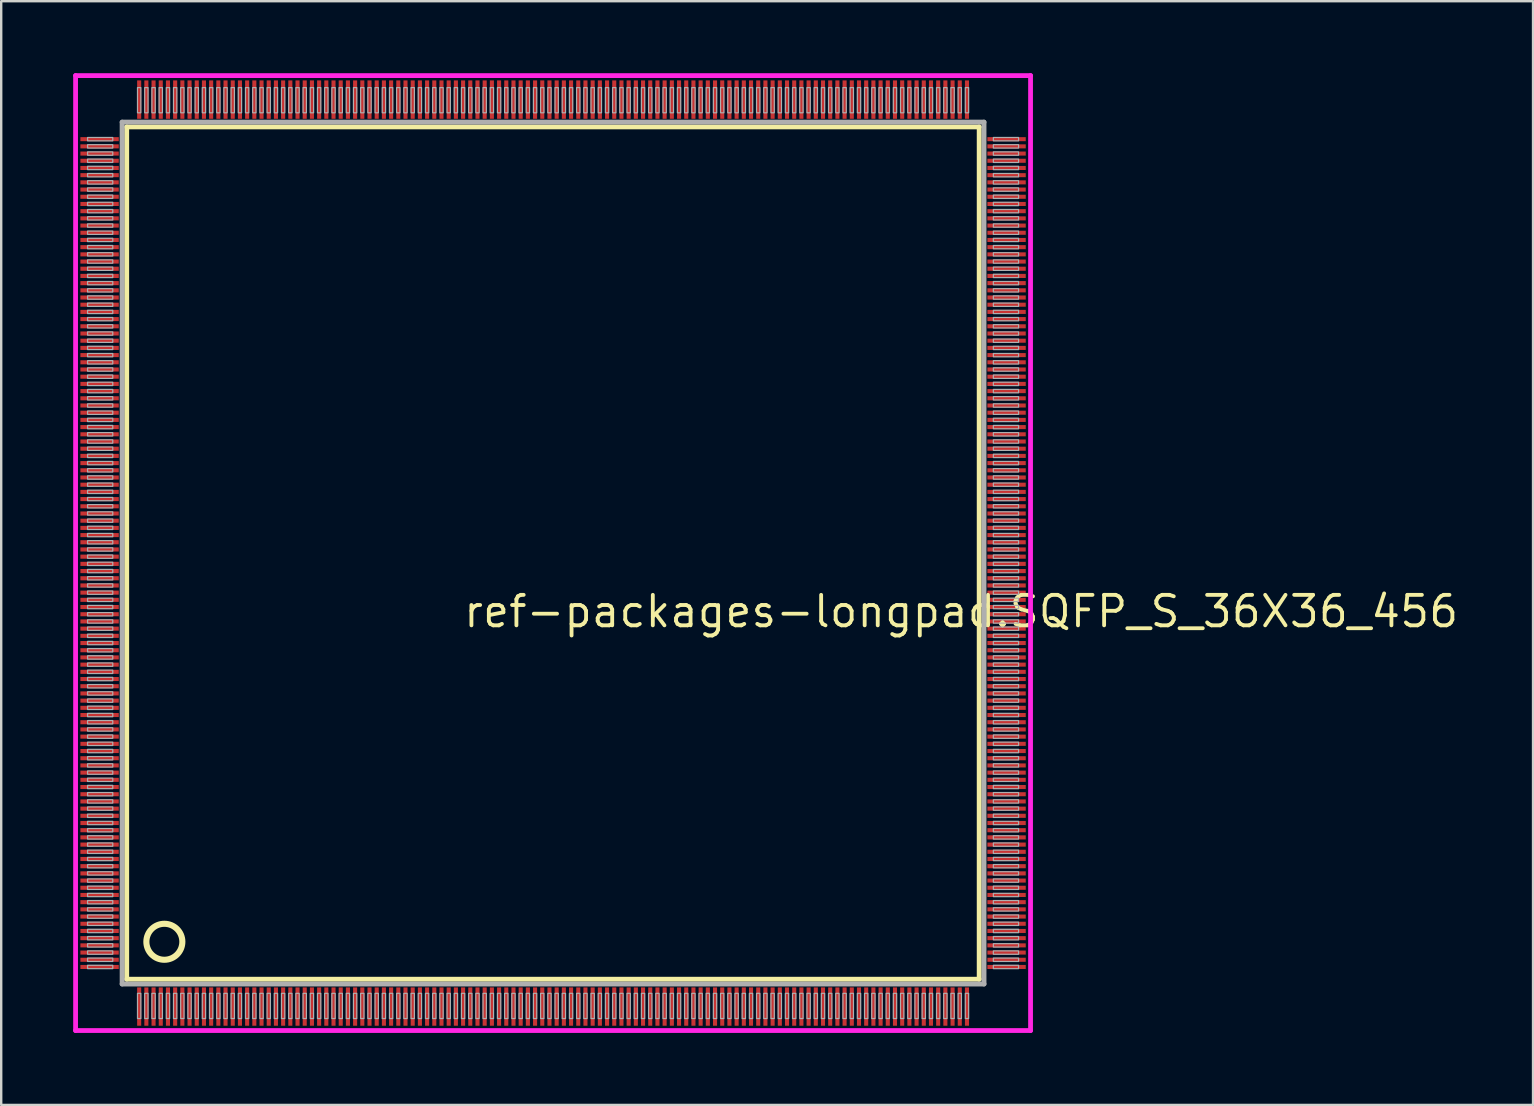
<source format=kicad_pcb>
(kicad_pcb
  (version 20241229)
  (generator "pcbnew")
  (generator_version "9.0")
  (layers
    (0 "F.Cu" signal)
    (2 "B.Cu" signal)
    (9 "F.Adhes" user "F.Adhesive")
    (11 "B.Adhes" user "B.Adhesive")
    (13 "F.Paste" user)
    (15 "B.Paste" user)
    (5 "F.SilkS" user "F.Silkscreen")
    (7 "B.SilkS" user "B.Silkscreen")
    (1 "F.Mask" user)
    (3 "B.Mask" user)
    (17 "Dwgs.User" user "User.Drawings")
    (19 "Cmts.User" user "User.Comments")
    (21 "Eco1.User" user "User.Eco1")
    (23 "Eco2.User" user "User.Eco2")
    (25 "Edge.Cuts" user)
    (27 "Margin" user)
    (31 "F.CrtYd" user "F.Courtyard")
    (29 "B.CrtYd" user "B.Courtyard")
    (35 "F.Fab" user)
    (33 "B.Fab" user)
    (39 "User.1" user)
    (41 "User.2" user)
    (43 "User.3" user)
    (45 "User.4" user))
  (footprint "ref-packages-longpad.SQFP_S_36X36_456"
    (layer "F.Cu")
    (at 20 20)
    (property "Reference" "ref-packages-longpad.SQFP_S_36X36_456" (at -3.81 3.175 0) (layer "F.SilkS") (effects (font (size 1.27 1.27) (thickness 0.16)) (justify left bottom)))
    (attr smd)
    (fp_line (start -17.77 -17.76) (end 17.76 -17.76) (stroke (width 0.203) (type default)) (layer "F.SilkS"))
    (fp_line (start -17.77 17.76) (end -17.77 -17.76) (stroke (width 0.203) (type default)) (layer "F.SilkS"))
    (fp_line (start 17.76 -17.76) (end 17.76 17.76) (stroke (width 0.203) (type default)) (layer "F.SilkS"))
    (fp_line (start 17.76 17.76) (end -17.77 17.76) (stroke (width 0.203) (type default)) (layer "F.SilkS"))
    (fp_circle (center -16.2 16.2) (end -15.45 16.2) (stroke (width 0.254) (type default)) (fill no) (layer "F.SilkS"))
    (fp_line (start -19.9 -19.9) (end 19.9 -19.9) (stroke (width 0.2) (type default)) (layer "F.CrtYd"))
    (fp_line (start -19.9 19.9) (end -19.9 -19.9) (stroke (width 0.2) (type default)) (layer "F.CrtYd"))
    (fp_line (start 19.9 -19.9) (end 19.9 19.9) (stroke (width 0.2) (type default)) (layer "F.CrtYd"))
    (fp_line (start 19.9 19.9) (end -19.9 19.9) (stroke (width 0.2) (type default)) (layer "F.CrtYd"))
    (fp_line (start -17.96 -17.96) (end -17.96 17.96) (stroke (width 0.203) (type default)) (layer "F.Fab"))
    (fp_line (start -17.96 17.96) (end 17.96 17.96) (stroke (width 0.203) (type default)) (layer "F.Fab"))
    (fp_line (start 17.96 -17.96) (end -17.96 -17.96) (stroke (width 0.203) (type default)) (layer "F.Fab"))
    (fp_line (start 17.96 17.96) (end 17.96 -17.96) (stroke (width 0.203) (type default)) (layer "F.Fab"))
    (fp_rect (start -19.4 -17.18) (end -18.35 -17.32) (stroke (width 0.05) (type default)) (fill no) (layer "F.Fab"))
    (fp_rect (start -19.4 -16.88) (end -18.35 -17.02) (stroke (width 0.05) (type default)) (fill no) (layer "F.Fab"))
    (fp_rect (start -19.4 -16.58) (end -18.35 -16.72) (stroke (width 0.05) (type default)) (fill no) (layer "F.Fab"))
    (fp_rect (start -19.4 -16.28) (end -18.35 -16.42) (stroke (width 0.05) (type default)) (fill no) (layer "F.Fab"))
    (fp_rect (start -19.4 -15.98) (end -18.35 -16.12) (stroke (width 0.05) (type default)) (fill no) (layer "F.Fab"))
    (fp_rect (start -19.4 -15.68) (end -18.35 -15.82) (stroke (width 0.05) (type default)) (fill no) (layer "F.Fab"))
    (fp_rect (start -19.4 -15.38) (end -18.35 -15.52) (stroke (width 0.05) (type default)) (fill no) (layer "F.Fab"))
    (fp_rect (start -19.4 -15.08) (end -18.35 -15.22) (stroke (width 0.05) (type default)) (fill no) (layer "F.Fab"))
    (fp_rect (start -19.4 -14.78) (end -18.35 -14.92) (stroke (width 0.05) (type default)) (fill no) (layer "F.Fab"))
    (fp_rect (start -19.4 -14.48) (end -18.35 -14.62) (stroke (width 0.05) (type default)) (fill no) (layer "F.Fab"))
    (fp_rect (start -19.4 -14.18) (end -18.35 -14.32) (stroke (width 0.05) (type default)) (fill no) (layer "F.Fab"))
    (fp_rect (start -19.4 -13.88) (end -18.35 -14.02) (stroke (width 0.05) (type default)) (fill no) (layer "F.Fab"))
    (fp_rect (start -19.4 -13.58) (end -18.35 -13.72) (stroke (width 0.05) (type default)) (fill no) (layer "F.Fab"))
    (fp_rect (start -19.4 -13.28) (end -18.35 -13.42) (stroke (width 0.05) (type default)) (fill no) (layer "F.Fab"))
    (fp_rect (start -19.4 -12.98) (end -18.35 -13.12) (stroke (width 0.05) (type default)) (fill no) (layer "F.Fab"))
    (fp_rect (start -19.4 -12.68) (end -18.35 -12.82) (stroke (width 0.05) (type default)) (fill no) (layer "F.Fab"))
    (fp_rect (start -19.4 -12.38) (end -18.35 -12.52) (stroke (width 0.05) (type default)) (fill no) (layer "F.Fab"))
    (fp_rect (start -19.4 -12.08) (end -18.35 -12.22) (stroke (width 0.05) (type default)) (fill no) (layer "F.Fab"))
    (fp_rect (start -19.4 -11.78) (end -18.35 -11.92) (stroke (width 0.05) (type default)) (fill no) (layer "F.Fab"))
    (fp_rect (start -19.4 -11.48) (end -18.35 -11.62) (stroke (width 0.05) (type default)) (fill no) (layer "F.Fab"))
    (fp_rect (start -19.4 -11.18) (end -18.35 -11.32) (stroke (width 0.05) (type default)) (fill no) (layer "F.Fab"))
    (fp_rect (start -19.4 -10.88) (end -18.35 -11.02) (stroke (width 0.05) (type default)) (fill no) (layer "F.Fab"))
    (fp_rect (start -19.4 -10.58) (end -18.35 -10.72) (stroke (width 0.05) (type default)) (fill no) (layer "F.Fab"))
    (fp_rect (start -19.4 -10.28) (end -18.35 -10.42) (stroke (width 0.05) (type default)) (fill no) (layer "F.Fab"))
    (fp_rect (start -19.4 -9.98) (end -18.35 -10.12) (stroke (width 0.05) (type default)) (fill no) (layer "F.Fab"))
    (fp_rect (start -19.4 -9.68) (end -18.35 -9.82) (stroke (width 0.05) (type default)) (fill no) (layer "F.Fab"))
    (fp_rect (start -19.4 -9.38) (end -18.35 -9.52) (stroke (width 0.05) (type default)) (fill no) (layer "F.Fab"))
    (fp_rect (start -19.4 -9.08) (end -18.35 -9.22) (stroke (width 0.05) (type default)) (fill no) (layer "F.Fab"))
    (fp_rect (start -19.4 -8.78) (end -18.35 -8.92) (stroke (width 0.05) (type default)) (fill no) (layer "F.Fab"))
    (fp_rect (start -19.4 -8.48) (end -18.35 -8.62) (stroke (width 0.05) (type default)) (fill no) (layer "F.Fab"))
    (fp_rect (start -19.4 -8.18) (end -18.35 -8.32) (stroke (width 0.05) (type default)) (fill no) (layer "F.Fab"))
    (fp_rect (start -19.4 -7.88) (end -18.35 -8.02) (stroke (width 0.05) (type default)) (fill no) (layer "F.Fab"))
    (fp_rect (start -19.4 -7.58) (end -18.35 -7.72) (stroke (width 0.05) (type default)) (fill no) (layer "F.Fab"))
    (fp_rect (start -19.4 -7.28) (end -18.35 -7.42) (stroke (width 0.05) (type default)) (fill no) (layer "F.Fab"))
    (fp_rect (start -19.4 -6.98) (end -18.35 -7.12) (stroke (width 0.05) (type default)) (fill no) (layer "F.Fab"))
    (fp_rect (start -19.4 -6.68) (end -18.35 -6.82) (stroke (width 0.05) (type default)) (fill no) (layer "F.Fab"))
    (fp_rect (start -19.4 -6.38) (end -18.35 -6.52) (stroke (width 0.05) (type default)) (fill no) (layer "F.Fab"))
    (fp_rect (start -19.4 -6.08) (end -18.35 -6.22) (stroke (width 0.05) (type default)) (fill no) (layer "F.Fab"))
    (fp_rect (start -19.4 -5.78) (end -18.35 -5.92) (stroke (width 0.05) (type default)) (fill no) (layer "F.Fab"))
    (fp_rect (start -19.4 -5.48) (end -18.35 -5.62) (stroke (width 0.05) (type default)) (fill no) (layer "F.Fab"))
    (fp_rect (start -19.4 -5.18) (end -18.35 -5.32) (stroke (width 0.05) (type default)) (fill no) (layer "F.Fab"))
    (fp_rect (start -19.4 -4.88) (end -18.35 -5.02) (stroke (width 0.05) (type default)) (fill no) (layer "F.Fab"))
    (fp_rect (start -19.4 -4.58) (end -18.35 -4.72) (stroke (width 0.05) (type default)) (fill no) (layer "F.Fab"))
    (fp_rect (start -19.4 -4.28) (end -18.35 -4.42) (stroke (width 0.05) (type default)) (fill no) (layer "F.Fab"))
    (fp_rect (start -19.4 -3.98) (end -18.35 -4.12) (stroke (width 0.05) (type default)) (fill no) (layer "F.Fab"))
    (fp_rect (start -19.4 -3.68) (end -18.35 -3.82) (stroke (width 0.05) (type default)) (fill no) (layer "F.Fab"))
    (fp_rect (start -19.4 -3.38) (end -18.35 -3.52) (stroke (width 0.05) (type default)) (fill no) (layer "F.Fab"))
    (fp_rect (start -19.4 -3.08) (end -18.35 -3.22) (stroke (width 0.05) (type default)) (fill no) (layer "F.Fab"))
    (fp_rect (start -19.4 -2.78) (end -18.35 -2.92) (stroke (width 0.05) (type default)) (fill no) (layer "F.Fab"))
    (fp_rect (start -19.4 -2.48) (end -18.35 -2.62) (stroke (width 0.05) (type default)) (fill no) (layer "F.Fab"))
    (fp_rect (start -19.4 -2.18) (end -18.35 -2.32) (stroke (width 0.05) (type default)) (fill no) (layer "F.Fab"))
    (fp_rect (start -19.4 -1.88) (end -18.35 -2.02) (stroke (width 0.05) (type default)) (fill no) (layer "F.Fab"))
    (fp_rect (start -19.4 -1.58) (end -18.35 -1.72) (stroke (width 0.05) (type default)) (fill no) (layer "F.Fab"))
    (fp_rect (start -19.4 -1.28) (end -18.35 -1.42) (stroke (width 0.05) (type default)) (fill no) (layer "F.Fab"))
    (fp_rect (start -19.4 -0.98) (end -18.35 -1.12) (stroke (width 0.05) (type default)) (fill no) (layer "F.Fab"))
    (fp_rect (start -19.4 -0.68) (end -18.35 -0.82) (stroke (width 0.05) (type default)) (fill no) (layer "F.Fab"))
    (fp_rect (start -19.4 -0.38) (end -18.35 -0.52) (stroke (width 0.05) (type default)) (fill no) (layer "F.Fab"))
    (fp_rect (start -19.4 -0.08) (end -18.35 -0.22) (stroke (width 0.05) (type default)) (fill no) (layer "F.Fab"))
    (fp_rect (start -19.4 0.22) (end -18.35 0.08) (stroke (width 0.05) (type default)) (fill no) (layer "F.Fab"))
    (fp_rect (start -19.4 0.52) (end -18.35 0.38) (stroke (width 0.05) (type default)) (fill no) (layer "F.Fab"))
    (fp_rect (start -19.4 0.82) (end -18.35 0.68) (stroke (width 0.05) (type default)) (fill no) (layer "F.Fab"))
    (fp_rect (start -19.4 1.12) (end -18.35 0.98) (stroke (width 0.05) (type default)) (fill no) (layer "F.Fab"))
    (fp_rect (start -19.4 1.42) (end -18.35 1.28) (stroke (width 0.05) (type default)) (fill no) (layer "F.Fab"))
    (fp_rect (start -19.4 1.72) (end -18.35 1.58) (stroke (width 0.05) (type default)) (fill no) (layer "F.Fab"))
    (fp_rect (start -19.4 2.02) (end -18.35 1.88) (stroke (width 0.05) (type default)) (fill no) (layer "F.Fab"))
    (fp_rect (start -19.4 2.32) (end -18.35 2.18) (stroke (width 0.05) (type default)) (fill no) (layer "F.Fab"))
    (fp_rect (start -19.4 2.62) (end -18.35 2.48) (stroke (width 0.05) (type default)) (fill no) (layer "F.Fab"))
    (fp_rect (start -19.4 2.92) (end -18.35 2.78) (stroke (width 0.05) (type default)) (fill no) (layer "F.Fab"))
    (fp_rect (start -19.4 3.22) (end -18.35 3.08) (stroke (width 0.05) (type default)) (fill no) (layer "F.Fab"))
    (fp_rect (start -19.4 3.52) (end -18.35 3.38) (stroke (width 0.05) (type default)) (fill no) (layer "F.Fab"))
    (fp_rect (start -19.4 3.82) (end -18.35 3.68) (stroke (width 0.05) (type default)) (fill no) (layer "F.Fab"))
    (fp_rect (start -19.4 4.12) (end -18.35 3.98) (stroke (width 0.05) (type default)) (fill no) (layer "F.Fab"))
    (fp_rect (start -19.4 4.42) (end -18.35 4.28) (stroke (width 0.05) (type default)) (fill no) (layer "F.Fab"))
    (fp_rect (start -19.4 4.72) (end -18.35 4.58) (stroke (width 0.05) (type default)) (fill no) (layer "F.Fab"))
    (fp_rect (start -19.4 5.02) (end -18.35 4.88) (stroke (width 0.05) (type default)) (fill no) (layer "F.Fab"))
    (fp_rect (start -19.4 5.32) (end -18.35 5.18) (stroke (width 0.05) (type default)) (fill no) (layer "F.Fab"))
    (fp_rect (start -19.4 5.62) (end -18.35 5.48) (stroke (width 0.05) (type default)) (fill no) (layer "F.Fab"))
    (fp_rect (start -19.4 5.92) (end -18.35 5.78) (stroke (width 0.05) (type default)) (fill no) (layer "F.Fab"))
    (fp_rect (start -19.4 6.22) (end -18.35 6.08) (stroke (width 0.05) (type default)) (fill no) (layer "F.Fab"))
    (fp_rect (start -19.4 6.52) (end -18.35 6.38) (stroke (width 0.05) (type default)) (fill no) (layer "F.Fab"))
    (fp_rect (start -19.4 6.82) (end -18.35 6.68) (stroke (width 0.05) (type default)) (fill no) (layer "F.Fab"))
    (fp_rect (start -19.4 7.12) (end -18.35 6.98) (stroke (width 0.05) (type default)) (fill no) (layer "F.Fab"))
    (fp_rect (start -19.4 7.42) (end -18.35 7.28) (stroke (width 0.05) (type default)) (fill no) (layer "F.Fab"))
    (fp_rect (start -19.4 7.72) (end -18.35 7.58) (stroke (width 0.05) (type default)) (fill no) (layer "F.Fab"))
    (fp_rect (start -19.4 8.02) (end -18.35 7.88) (stroke (width 0.05) (type default)) (fill no) (layer "F.Fab"))
    (fp_rect (start -19.4 8.32) (end -18.35 8.18) (stroke (width 0.05) (type default)) (fill no) (layer "F.Fab"))
    (fp_rect (start -19.4 8.62) (end -18.35 8.48) (stroke (width 0.05) (type default)) (fill no) (layer "F.Fab"))
    (fp_rect (start -19.4 8.92) (end -18.35 8.78) (stroke (width 0.05) (type default)) (fill no) (layer "F.Fab"))
    (fp_rect (start -19.4 9.22) (end -18.35 9.08) (stroke (width 0.05) (type default)) (fill no) (layer "F.Fab"))
    (fp_rect (start -19.4 9.52) (end -18.35 9.38) (stroke (width 0.05) (type default)) (fill no) (layer "F.Fab"))
    (fp_rect (start -19.4 9.82) (end -18.35 9.68) (stroke (width 0.05) (type default)) (fill no) (layer "F.Fab"))
    (fp_rect (start -19.4 10.12) (end -18.35 9.98) (stroke (width 0.05) (type default)) (fill no) (layer "F.Fab"))
    (fp_rect (start -19.4 10.42) (end -18.35 10.28) (stroke (width 0.05) (type default)) (fill no) (layer "F.Fab"))
    (fp_rect (start -19.4 10.72) (end -18.35 10.58) (stroke (width 0.05) (type default)) (fill no) (layer "F.Fab"))
    (fp_rect (start -19.4 11.02) (end -18.35 10.88) (stroke (width 0.05) (type default)) (fill no) (layer "F.Fab"))
    (fp_rect (start -19.4 11.32) (end -18.35 11.18) (stroke (width 0.05) (type default)) (fill no) (layer "F.Fab"))
    (fp_rect (start -19.4 11.62) (end -18.35 11.48) (stroke (width 0.05) (type default)) (fill no) (layer "F.Fab"))
    (fp_rect (start -19.4 11.92) (end -18.35 11.78) (stroke (width 0.05) (type default)) (fill no) (layer "F.Fab"))
    (fp_rect (start -19.4 12.22) (end -18.35 12.08) (stroke (width 0.05) (type default)) (fill no) (layer "F.Fab"))
    (fp_rect (start -19.4 12.52) (end -18.35 12.38) (stroke (width 0.05) (type default)) (fill no) (layer "F.Fab"))
    (fp_rect (start -19.4 12.82) (end -18.35 12.68) (stroke (width 0.05) (type default)) (fill no) (layer "F.Fab"))
    (fp_rect (start -19.4 13.12) (end -18.35 12.98) (stroke (width 0.05) (type default)) (fill no) (layer "F.Fab"))
    (fp_rect (start -19.4 13.42) (end -18.35 13.28) (stroke (width 0.05) (type default)) (fill no) (layer "F.Fab"))
    (fp_rect (start -19.4 13.72) (end -18.35 13.58) (stroke (width 0.05) (type default)) (fill no) (layer "F.Fab"))
    (fp_rect (start -19.4 14.02) (end -18.35 13.88) (stroke (width 0.05) (type default)) (fill no) (layer "F.Fab"))
    (fp_rect (start -19.4 14.32) (end -18.35 14.18) (stroke (width 0.05) (type default)) (fill no) (layer "F.Fab"))
    (fp_rect (start -19.4 14.62) (end -18.35 14.48) (stroke (width 0.05) (type default)) (fill no) (layer "F.Fab"))
    (fp_rect (start -19.4 14.92) (end -18.35 14.78) (stroke (width 0.05) (type default)) (fill no) (layer "F.Fab"))
    (fp_rect (start -19.4 15.22) (end -18.35 15.08) (stroke (width 0.05) (type default)) (fill no) (layer "F.Fab"))
    (fp_rect (start -19.4 15.52) (end -18.35 15.38) (stroke (width 0.05) (type default)) (fill no) (layer "F.Fab"))
    (fp_rect (start -19.4 15.82) (end -18.35 15.68) (stroke (width 0.05) (type default)) (fill no) (layer "F.Fab"))
    (fp_rect (start -19.4 16.12) (end -18.35 15.98) (stroke (width 0.05) (type default)) (fill no) (layer "F.Fab"))
    (fp_rect (start -19.4 16.42) (end -18.35 16.28) (stroke (width 0.05) (type default)) (fill no) (layer "F.Fab"))
    (fp_rect (start -19.4 16.72) (end -18.35 16.58) (stroke (width 0.05) (type default)) (fill no) (layer "F.Fab"))
    (fp_rect (start -19.4 17.02) (end -18.35 16.88) (stroke (width 0.05) (type default)) (fill no) (layer "F.Fab"))
    (fp_rect (start -19.4 17.32) (end -18.35 17.18) (stroke (width 0.05) (type default)) (fill no) (layer "F.Fab"))
    (fp_rect (start -17.32 -18.35) (end -17.18 -19.4) (stroke (width 0.05) (type default)) (fill no) (layer "F.Fab"))
    (fp_rect (start -17.32 19.4) (end -17.18 18.35) (stroke (width 0.05) (type default)) (fill no) (layer "F.Fab"))
    (fp_rect (start -17.02 -18.35) (end -16.88 -19.4) (stroke (width 0.05) (type default)) (fill no) (layer "F.Fab"))
    (fp_rect (start -17.02 19.4) (end -16.88 18.35) (stroke (width 0.05) (type default)) (fill no) (layer "F.Fab"))
    (fp_rect (start -16.72 -18.35) (end -16.58 -19.4) (stroke (width 0.05) (type default)) (fill no) (layer "F.Fab"))
    (fp_rect (start -16.72 19.4) (end -16.58 18.35) (stroke (width 0.05) (type default)) (fill no) (layer "F.Fab"))
    (fp_rect (start -16.42 -18.35) (end -16.28 -19.4) (stroke (width 0.05) (type default)) (fill no) (layer "F.Fab"))
    (fp_rect (start -16.42 19.4) (end -16.28 18.35) (stroke (width 0.05) (type default)) (fill no) (layer "F.Fab"))
    (fp_rect (start -16.12 -18.35) (end -15.98 -19.4) (stroke (width 0.05) (type default)) (fill no) (layer "F.Fab"))
    (fp_rect (start -16.12 19.4) (end -15.98 18.35) (stroke (width 0.05) (type default)) (fill no) (layer "F.Fab"))
    (fp_rect (start -15.82 -18.35) (end -15.68 -19.4) (stroke (width 0.05) (type default)) (fill no) (layer "F.Fab"))
    (fp_rect (start -15.82 19.4) (end -15.68 18.35) (stroke (width 0.05) (type default)) (fill no) (layer "F.Fab"))
    (fp_rect (start -15.52 -18.35) (end -15.38 -19.4) (stroke (width 0.05) (type default)) (fill no) (layer "F.Fab"))
    (fp_rect (start -15.52 19.4) (end -15.38 18.35) (stroke (width 0.05) (type default)) (fill no) (layer "F.Fab"))
    (fp_rect (start -15.22 -18.35) (end -15.08 -19.4) (stroke (width 0.05) (type default)) (fill no) (layer "F.Fab"))
    (fp_rect (start -15.22 19.4) (end -15.08 18.35) (stroke (width 0.05) (type default)) (fill no) (layer "F.Fab"))
    (fp_rect (start -14.92 -18.35) (end -14.78 -19.4) (stroke (width 0.05) (type default)) (fill no) (layer "F.Fab"))
    (fp_rect (start -14.92 19.4) (end -14.78 18.35) (stroke (width 0.05) (type default)) (fill no) (layer "F.Fab"))
    (fp_rect (start -14.62 -18.35) (end -14.48 -19.4) (stroke (width 0.05) (type default)) (fill no) (layer "F.Fab"))
    (fp_rect (start -14.62 19.4) (end -14.48 18.35) (stroke (width 0.05) (type default)) (fill no) (layer "F.Fab"))
    (fp_rect (start -14.32 -18.35) (end -14.18 -19.4) (stroke (width 0.05) (type default)) (fill no) (layer "F.Fab"))
    (fp_rect (start -14.32 19.4) (end -14.18 18.35) (stroke (width 0.05) (type default)) (fill no) (layer "F.Fab"))
    (fp_rect (start -14.02 -18.35) (end -13.88 -19.4) (stroke (width 0.05) (type default)) (fill no) (layer "F.Fab"))
    (fp_rect (start -14.02 19.4) (end -13.88 18.35) (stroke (width 0.05) (type default)) (fill no) (layer "F.Fab"))
    (fp_rect (start -13.72 -18.35) (end -13.58 -19.4) (stroke (width 0.05) (type default)) (fill no) (layer "F.Fab"))
    (fp_rect (start -13.72 19.4) (end -13.58 18.35) (stroke (width 0.05) (type default)) (fill no) (layer "F.Fab"))
    (fp_rect (start -13.42 -18.35) (end -13.28 -19.4) (stroke (width 0.05) (type default)) (fill no) (layer "F.Fab"))
    (fp_rect (start -13.42 19.4) (end -13.28 18.35) (stroke (width 0.05) (type default)) (fill no) (layer "F.Fab"))
    (fp_rect (start -13.12 -18.35) (end -12.98 -19.4) (stroke (width 0.05) (type default)) (fill no) (layer "F.Fab"))
    (fp_rect (start -13.12 19.4) (end -12.98 18.35) (stroke (width 0.05) (type default)) (fill no) (layer "F.Fab"))
    (fp_rect (start -12.82 -18.35) (end -12.68 -19.4) (stroke (width 0.05) (type default)) (fill no) (layer "F.Fab"))
    (fp_rect (start -12.82 19.4) (end -12.68 18.35) (stroke (width 0.05) (type default)) (fill no) (layer "F.Fab"))
    (fp_rect (start -12.52 -18.35) (end -12.38 -19.4) (stroke (width 0.05) (type default)) (fill no) (layer "F.Fab"))
    (fp_rect (start -12.52 19.4) (end -12.38 18.35) (stroke (width 0.05) (type default)) (fill no) (layer "F.Fab"))
    (fp_rect (start -12.22 -18.35) (end -12.08 -19.4) (stroke (width 0.05) (type default)) (fill no) (layer "F.Fab"))
    (fp_rect (start -12.22 19.4) (end -12.08 18.35) (stroke (width 0.05) (type default)) (fill no) (layer "F.Fab"))
    (fp_rect (start -11.92 -18.35) (end -11.78 -19.4) (stroke (width 0.05) (type default)) (fill no) (layer "F.Fab"))
    (fp_rect (start -11.92 19.4) (end -11.78 18.35) (stroke (width 0.05) (type default)) (fill no) (layer "F.Fab"))
    (fp_rect (start -11.62 -18.35) (end -11.48 -19.4) (stroke (width 0.05) (type default)) (fill no) (layer "F.Fab"))
    (fp_rect (start -11.62 19.4) (end -11.48 18.35) (stroke (width 0.05) (type default)) (fill no) (layer "F.Fab"))
    (fp_rect (start -11.32 -18.35) (end -11.18 -19.4) (stroke (width 0.05) (type default)) (fill no) (layer "F.Fab"))
    (fp_rect (start -11.32 19.4) (end -11.18 18.35) (stroke (width 0.05) (type default)) (fill no) (layer "F.Fab"))
    (fp_rect (start -11.02 -18.35) (end -10.88 -19.4) (stroke (width 0.05) (type default)) (fill no) (layer "F.Fab"))
    (fp_rect (start -11.02 19.4) (end -10.88 18.35) (stroke (width 0.05) (type default)) (fill no) (layer "F.Fab"))
    (fp_rect (start -10.72 -18.35) (end -10.58 -19.4) (stroke (width 0.05) (type default)) (fill no) (layer "F.Fab"))
    (fp_rect (start -10.72 19.4) (end -10.58 18.35) (stroke (width 0.05) (type default)) (fill no) (layer "F.Fab"))
    (fp_rect (start -10.42 -18.35) (end -10.28 -19.4) (stroke (width 0.05) (type default)) (fill no) (layer "F.Fab"))
    (fp_rect (start -10.42 19.4) (end -10.28 18.35) (stroke (width 0.05) (type default)) (fill no) (layer "F.Fab"))
    (fp_rect (start -10.12 -18.35) (end -9.98 -19.4) (stroke (width 0.05) (type default)) (fill no) (layer "F.Fab"))
    (fp_rect (start -10.12 19.4) (end -9.98 18.35) (stroke (width 0.05) (type default)) (fill no) (layer "F.Fab"))
    (fp_rect (start -9.82 -18.35) (end -9.68 -19.4) (stroke (width 0.05) (type default)) (fill no) (layer "F.Fab"))
    (fp_rect (start -9.82 19.4) (end -9.68 18.35) (stroke (width 0.05) (type default)) (fill no) (layer "F.Fab"))
    (fp_rect (start -9.52 -18.35) (end -9.38 -19.4) (stroke (width 0.05) (type default)) (fill no) (layer "F.Fab"))
    (fp_rect (start -9.52 19.4) (end -9.38 18.35) (stroke (width 0.05) (type default)) (fill no) (layer "F.Fab"))
    (fp_rect (start -9.22 -18.35) (end -9.08 -19.4) (stroke (width 0.05) (type default)) (fill no) (layer "F.Fab"))
    (fp_rect (start -9.22 19.4) (end -9.08 18.35) (stroke (width 0.05) (type default)) (fill no) (layer "F.Fab"))
    (fp_rect (start -8.92 -18.35) (end -8.78 -19.4) (stroke (width 0.05) (type default)) (fill no) (layer "F.Fab"))
    (fp_rect (start -8.92 19.4) (end -8.78 18.35) (stroke (width 0.05) (type default)) (fill no) (layer "F.Fab"))
    (fp_rect (start -8.62 -18.35) (end -8.48 -19.4) (stroke (width 0.05) (type default)) (fill no) (layer "F.Fab"))
    (fp_rect (start -8.62 19.4) (end -8.48 18.35) (stroke (width 0.05) (type default)) (fill no) (layer "F.Fab"))
    (fp_rect (start -8.32 -18.35) (end -8.18 -19.4) (stroke (width 0.05) (type default)) (fill no) (layer "F.Fab"))
    (fp_rect (start -8.32 19.4) (end -8.18 18.35) (stroke (width 0.05) (type default)) (fill no) (layer "F.Fab"))
    (fp_rect (start -8.02 -18.35) (end -7.88 -19.4) (stroke (width 0.05) (type default)) (fill no) (layer "F.Fab"))
    (fp_rect (start -8.02 19.4) (end -7.88 18.35) (stroke (width 0.05) (type default)) (fill no) (layer "F.Fab"))
    (fp_rect (start -7.72 -18.35) (end -7.58 -19.4) (stroke (width 0.05) (type default)) (fill no) (layer "F.Fab"))
    (fp_rect (start -7.72 19.4) (end -7.58 18.35) (stroke (width 0.05) (type default)) (fill no) (layer "F.Fab"))
    (fp_rect (start -7.42 -18.35) (end -7.28 -19.4) (stroke (width 0.05) (type default)) (fill no) (layer "F.Fab"))
    (fp_rect (start -7.42 19.4) (end -7.28 18.35) (stroke (width 0.05) (type default)) (fill no) (layer "F.Fab"))
    (fp_rect (start -7.12 -18.35) (end -6.98 -19.4) (stroke (width 0.05) (type default)) (fill no) (layer "F.Fab"))
    (fp_rect (start -7.12 19.4) (end -6.98 18.35) (stroke (width 0.05) (type default)) (fill no) (layer "F.Fab"))
    (fp_rect (start -6.82 -18.35) (end -6.68 -19.4) (stroke (width 0.05) (type default)) (fill no) (layer "F.Fab"))
    (fp_rect (start -6.82 19.4) (end -6.68 18.35) (stroke (width 0.05) (type default)) (fill no) (layer "F.Fab"))
    (fp_rect (start -6.52 -18.35) (end -6.38 -19.4) (stroke (width 0.05) (type default)) (fill no) (layer "F.Fab"))
    (fp_rect (start -6.52 19.4) (end -6.38 18.35) (stroke (width 0.05) (type default)) (fill no) (layer "F.Fab"))
    (fp_rect (start -6.22 -18.35) (end -6.08 -19.4) (stroke (width 0.05) (type default)) (fill no) (layer "F.Fab"))
    (fp_rect (start -6.22 19.4) (end -6.08 18.35) (stroke (width 0.05) (type default)) (fill no) (layer "F.Fab"))
    (fp_rect (start -5.92 -18.35) (end -5.78 -19.4) (stroke (width 0.05) (type default)) (fill no) (layer "F.Fab"))
    (fp_rect (start -5.92 19.4) (end -5.78 18.35) (stroke (width 0.05) (type default)) (fill no) (layer "F.Fab"))
    (fp_rect (start -5.62 -18.35) (end -5.48 -19.4) (stroke (width 0.05) (type default)) (fill no) (layer "F.Fab"))
    (fp_rect (start -5.62 19.4) (end -5.48 18.35) (stroke (width 0.05) (type default)) (fill no) (layer "F.Fab"))
    (fp_rect (start -5.32 -18.35) (end -5.18 -19.4) (stroke (width 0.05) (type default)) (fill no) (layer "F.Fab"))
    (fp_rect (start -5.32 19.4) (end -5.18 18.35) (stroke (width 0.05) (type default)) (fill no) (layer "F.Fab"))
    (fp_rect (start -5.02 -18.35) (end -4.88 -19.4) (stroke (width 0.05) (type default)) (fill no) (layer "F.Fab"))
    (fp_rect (start -5.02 19.4) (end -4.88 18.35) (stroke (width 0.05) (type default)) (fill no) (layer "F.Fab"))
    (fp_rect (start -4.72 -18.35) (end -4.58 -19.4) (stroke (width 0.05) (type default)) (fill no) (layer "F.Fab"))
    (fp_rect (start -4.72 19.4) (end -4.58 18.35) (stroke (width 0.05) (type default)) (fill no) (layer "F.Fab"))
    (fp_rect (start -4.42 -18.35) (end -4.28 -19.4) (stroke (width 0.05) (type default)) (fill no) (layer "F.Fab"))
    (fp_rect (start -4.42 19.4) (end -4.28 18.35) (stroke (width 0.05) (type default)) (fill no) (layer "F.Fab"))
    (fp_rect (start -4.12 -18.35) (end -3.98 -19.4) (stroke (width 0.05) (type default)) (fill no) (layer "F.Fab"))
    (fp_rect (start -4.12 19.4) (end -3.98 18.35) (stroke (width 0.05) (type default)) (fill no) (layer "F.Fab"))
    (fp_rect (start -3.82 -18.35) (end -3.68 -19.4) (stroke (width 0.05) (type default)) (fill no) (layer "F.Fab"))
    (fp_rect (start -3.82 19.4) (end -3.68 18.35) (stroke (width 0.05) (type default)) (fill no) (layer "F.Fab"))
    (fp_rect (start -3.52 -18.35) (end -3.38 -19.4) (stroke (width 0.05) (type default)) (fill no) (layer "F.Fab"))
    (fp_rect (start -3.52 19.4) (end -3.38 18.35) (stroke (width 0.05) (type default)) (fill no) (layer "F.Fab"))
    (fp_rect (start -3.22 -18.35) (end -3.08 -19.4) (stroke (width 0.05) (type default)) (fill no) (layer "F.Fab"))
    (fp_rect (start -3.22 19.4) (end -3.08 18.35) (stroke (width 0.05) (type default)) (fill no) (layer "F.Fab"))
    (fp_rect (start -2.92 -18.35) (end -2.78 -19.4) (stroke (width 0.05) (type default)) (fill no) (layer "F.Fab"))
    (fp_rect (start -2.92 19.4) (end -2.78 18.35) (stroke (width 0.05) (type default)) (fill no) (layer "F.Fab"))
    (fp_rect (start -2.62 -18.35) (end -2.48 -19.4) (stroke (width 0.05) (type default)) (fill no) (layer "F.Fab"))
    (fp_rect (start -2.62 19.4) (end -2.48 18.35) (stroke (width 0.05) (type default)) (fill no) (layer "F.Fab"))
    (fp_rect (start -2.32 -18.35) (end -2.18 -19.4) (stroke (width 0.05) (type default)) (fill no) (layer "F.Fab"))
    (fp_rect (start -2.32 19.4) (end -2.18 18.35) (stroke (width 0.05) (type default)) (fill no) (layer "F.Fab"))
    (fp_rect (start -2.02 -18.35) (end -1.88 -19.4) (stroke (width 0.05) (type default)) (fill no) (layer "F.Fab"))
    (fp_rect (start -2.02 19.4) (end -1.88 18.35) (stroke (width 0.05) (type default)) (fill no) (layer "F.Fab"))
    (fp_rect (start -1.72 -18.35) (end -1.58 -19.4) (stroke (width 0.05) (type default)) (fill no) (layer "F.Fab"))
    (fp_rect (start -1.72 19.4) (end -1.58 18.35) (stroke (width 0.05) (type default)) (fill no) (layer "F.Fab"))
    (fp_rect (start -1.42 -18.35) (end -1.28 -19.4) (stroke (width 0.05) (type default)) (fill no) (layer "F.Fab"))
    (fp_rect (start -1.42 19.4) (end -1.28 18.35) (stroke (width 0.05) (type default)) (fill no) (layer "F.Fab"))
    (fp_rect (start -1.12 -18.35) (end -0.98 -19.4) (stroke (width 0.05) (type default)) (fill no) (layer "F.Fab"))
    (fp_rect (start -1.12 19.4) (end -0.98 18.35) (stroke (width 0.05) (type default)) (fill no) (layer "F.Fab"))
    (fp_rect (start -0.82 -18.35) (end -0.68 -19.4) (stroke (width 0.05) (type default)) (fill no) (layer "F.Fab"))
    (fp_rect (start -0.82 19.4) (end -0.68 18.35) (stroke (width 0.05) (type default)) (fill no) (layer "F.Fab"))
    (fp_rect (start -0.52 -18.35) (end -0.38 -19.4) (stroke (width 0.05) (type default)) (fill no) (layer "F.Fab"))
    (fp_rect (start -0.52 19.4) (end -0.38 18.35) (stroke (width 0.05) (type default)) (fill no) (layer "F.Fab"))
    (fp_rect (start -0.22 -18.35) (end -0.08 -19.4) (stroke (width 0.05) (type default)) (fill no) (layer "F.Fab"))
    (fp_rect (start -0.22 19.4) (end -0.08 18.35) (stroke (width 0.05) (type default)) (fill no) (layer "F.Fab"))
    (fp_rect (start 0.08 -18.35) (end 0.22 -19.4) (stroke (width 0.05) (type default)) (fill no) (layer "F.Fab"))
    (fp_rect (start 0.08 19.4) (end 0.22 18.35) (stroke (width 0.05) (type default)) (fill no) (layer "F.Fab"))
    (fp_rect (start 0.38 -18.35) (end 0.52 -19.4) (stroke (width 0.05) (type default)) (fill no) (layer "F.Fab"))
    (fp_rect (start 0.38 19.4) (end 0.52 18.35) (stroke (width 0.05) (type default)) (fill no) (layer "F.Fab"))
    (fp_rect (start 0.68 -18.35) (end 0.82 -19.4) (stroke (width 0.05) (type default)) (fill no) (layer "F.Fab"))
    (fp_rect (start 0.68 19.4) (end 0.82 18.35) (stroke (width 0.05) (type default)) (fill no) (layer "F.Fab"))
    (fp_rect (start 0.98 -18.35) (end 1.12 -19.4) (stroke (width 0.05) (type default)) (fill no) (layer "F.Fab"))
    (fp_rect (start 0.98 19.4) (end 1.12 18.35) (stroke (width 0.05) (type default)) (fill no) (layer "F.Fab"))
    (fp_rect (start 1.28 -18.35) (end 1.42 -19.4) (stroke (width 0.05) (type default)) (fill no) (layer "F.Fab"))
    (fp_rect (start 1.28 19.4) (end 1.42 18.35) (stroke (width 0.05) (type default)) (fill no) (layer "F.Fab"))
    (fp_rect (start 1.58 -18.35) (end 1.72 -19.4) (stroke (width 0.05) (type default)) (fill no) (layer "F.Fab"))
    (fp_rect (start 1.58 19.4) (end 1.72 18.35) (stroke (width 0.05) (type default)) (fill no) (layer "F.Fab"))
    (fp_rect (start 1.88 -18.35) (end 2.02 -19.4) (stroke (width 0.05) (type default)) (fill no) (layer "F.Fab"))
    (fp_rect (start 1.88 19.4) (end 2.02 18.35) (stroke (width 0.05) (type default)) (fill no) (layer "F.Fab"))
    (fp_rect (start 2.18 -18.35) (end 2.32 -19.4) (stroke (width 0.05) (type default)) (fill no) (layer "F.Fab"))
    (fp_rect (start 2.18 19.4) (end 2.32 18.35) (stroke (width 0.05) (type default)) (fill no) (layer "F.Fab"))
    (fp_rect (start 2.48 -18.35) (end 2.62 -19.4) (stroke (width 0.05) (type default)) (fill no) (layer "F.Fab"))
    (fp_rect (start 2.48 19.4) (end 2.62 18.35) (stroke (width 0.05) (type default)) (fill no) (layer "F.Fab"))
    (fp_rect (start 2.78 -18.35) (end 2.92 -19.4) (stroke (width 0.05) (type default)) (fill no) (layer "F.Fab"))
    (fp_rect (start 2.78 19.4) (end 2.92 18.35) (stroke (width 0.05) (type default)) (fill no) (layer "F.Fab"))
    (fp_rect (start 3.08 -18.35) (end 3.22 -19.4) (stroke (width 0.05) (type default)) (fill no) (layer "F.Fab"))
    (fp_rect (start 3.08 19.4) (end 3.22 18.35) (stroke (width 0.05) (type default)) (fill no) (layer "F.Fab"))
    (fp_rect (start 3.38 -18.35) (end 3.52 -19.4) (stroke (width 0.05) (type default)) (fill no) (layer "F.Fab"))
    (fp_rect (start 3.38 19.4) (end 3.52 18.35) (stroke (width 0.05) (type default)) (fill no) (layer "F.Fab"))
    (fp_rect (start 3.68 -18.35) (end 3.82 -19.4) (stroke (width 0.05) (type default)) (fill no) (layer "F.Fab"))
    (fp_rect (start 3.68 19.4) (end 3.82 18.35) (stroke (width 0.05) (type default)) (fill no) (layer "F.Fab"))
    (fp_rect (start 3.98 -18.35) (end 4.12 -19.4) (stroke (width 0.05) (type default)) (fill no) (layer "F.Fab"))
    (fp_rect (start 3.98 19.4) (end 4.12 18.35) (stroke (width 0.05) (type default)) (fill no) (layer "F.Fab"))
    (fp_rect (start 4.28 -18.35) (end 4.42 -19.4) (stroke (width 0.05) (type default)) (fill no) (layer "F.Fab"))
    (fp_rect (start 4.28 19.4) (end 4.42 18.35) (stroke (width 0.05) (type default)) (fill no) (layer "F.Fab"))
    (fp_rect (start 4.58 -18.35) (end 4.72 -19.4) (stroke (width 0.05) (type default)) (fill no) (layer "F.Fab"))
    (fp_rect (start 4.58 19.4) (end 4.72 18.35) (stroke (width 0.05) (type default)) (fill no) (layer "F.Fab"))
    (fp_rect (start 4.88 -18.35) (end 5.02 -19.4) (stroke (width 0.05) (type default)) (fill no) (layer "F.Fab"))
    (fp_rect (start 4.88 19.4) (end 5.02 18.35) (stroke (width 0.05) (type default)) (fill no) (layer "F.Fab"))
    (fp_rect (start 5.18 -18.35) (end 5.32 -19.4) (stroke (width 0.05) (type default)) (fill no) (layer "F.Fab"))
    (fp_rect (start 5.18 19.4) (end 5.32 18.35) (stroke (width 0.05) (type default)) (fill no) (layer "F.Fab"))
    (fp_rect (start 5.48 -18.35) (end 5.62 -19.4) (stroke (width 0.05) (type default)) (fill no) (layer "F.Fab"))
    (fp_rect (start 5.48 19.4) (end 5.62 18.35) (stroke (width 0.05) (type default)) (fill no) (layer "F.Fab"))
    (fp_rect (start 5.78 -18.35) (end 5.92 -19.4) (stroke (width 0.05) (type default)) (fill no) (layer "F.Fab"))
    (fp_rect (start 5.78 19.4) (end 5.92 18.35) (stroke (width 0.05) (type default)) (fill no) (layer "F.Fab"))
    (fp_rect (start 6.08 -18.35) (end 6.22 -19.4) (stroke (width 0.05) (type default)) (fill no) (layer "F.Fab"))
    (fp_rect (start 6.08 19.4) (end 6.22 18.35) (stroke (width 0.05) (type default)) (fill no) (layer "F.Fab"))
    (fp_rect (start 6.38 -18.35) (end 6.52 -19.4) (stroke (width 0.05) (type default)) (fill no) (layer "F.Fab"))
    (fp_rect (start 6.38 19.4) (end 6.52 18.35) (stroke (width 0.05) (type default)) (fill no) (layer "F.Fab"))
    (fp_rect (start 6.68 -18.35) (end 6.82 -19.4) (stroke (width 0.05) (type default)) (fill no) (layer "F.Fab"))
    (fp_rect (start 6.68 19.4) (end 6.82 18.35) (stroke (width 0.05) (type default)) (fill no) (layer "F.Fab"))
    (fp_rect (start 6.98 -18.35) (end 7.12 -19.4) (stroke (width 0.05) (type default)) (fill no) (layer "F.Fab"))
    (fp_rect (start 6.98 19.4) (end 7.12 18.35) (stroke (width 0.05) (type default)) (fill no) (layer "F.Fab"))
    (fp_rect (start 7.28 -18.35) (end 7.42 -19.4) (stroke (width 0.05) (type default)) (fill no) (layer "F.Fab"))
    (fp_rect (start 7.28 19.4) (end 7.42 18.35) (stroke (width 0.05) (type default)) (fill no) (layer "F.Fab"))
    (fp_rect (start 7.58 -18.35) (end 7.72 -19.4) (stroke (width 0.05) (type default)) (fill no) (layer "F.Fab"))
    (fp_rect (start 7.58 19.4) (end 7.72 18.35) (stroke (width 0.05) (type default)) (fill no) (layer "F.Fab"))
    (fp_rect (start 7.88 -18.35) (end 8.02 -19.4) (stroke (width 0.05) (type default)) (fill no) (layer "F.Fab"))
    (fp_rect (start 7.88 19.4) (end 8.02 18.35) (stroke (width 0.05) (type default)) (fill no) (layer "F.Fab"))
    (fp_rect (start 8.18 -18.35) (end 8.32 -19.4) (stroke (width 0.05) (type default)) (fill no) (layer "F.Fab"))
    (fp_rect (start 8.18 19.4) (end 8.32 18.35) (stroke (width 0.05) (type default)) (fill no) (layer "F.Fab"))
    (fp_rect (start 8.48 -18.35) (end 8.62 -19.4) (stroke (width 0.05) (type default)) (fill no) (layer "F.Fab"))
    (fp_rect (start 8.48 19.4) (end 8.62 18.35) (stroke (width 0.05) (type default)) (fill no) (layer "F.Fab"))
    (fp_rect (start 8.78 -18.35) (end 8.92 -19.4) (stroke (width 0.05) (type default)) (fill no) (layer "F.Fab"))
    (fp_rect (start 8.78 19.4) (end 8.92 18.35) (stroke (width 0.05) (type default)) (fill no) (layer "F.Fab"))
    (fp_rect (start 9.08 -18.35) (end 9.22 -19.4) (stroke (width 0.05) (type default)) (fill no) (layer "F.Fab"))
    (fp_rect (start 9.08 19.4) (end 9.22 18.35) (stroke (width 0.05) (type default)) (fill no) (layer "F.Fab"))
    (fp_rect (start 9.38 -18.35) (end 9.52 -19.4) (stroke (width 0.05) (type default)) (fill no) (layer "F.Fab"))
    (fp_rect (start 9.38 19.4) (end 9.52 18.35) (stroke (width 0.05) (type default)) (fill no) (layer "F.Fab"))
    (fp_rect (start 9.68 -18.35) (end 9.82 -19.4) (stroke (width 0.05) (type default)) (fill no) (layer "F.Fab"))
    (fp_rect (start 9.68 19.4) (end 9.82 18.35) (stroke (width 0.05) (type default)) (fill no) (layer "F.Fab"))
    (fp_rect (start 9.98 -18.35) (end 10.12 -19.4) (stroke (width 0.05) (type default)) (fill no) (layer "F.Fab"))
    (fp_rect (start 9.98 19.4) (end 10.12 18.35) (stroke (width 0.05) (type default)) (fill no) (layer "F.Fab"))
    (fp_rect (start 10.28 -18.35) (end 10.42 -19.4) (stroke (width 0.05) (type default)) (fill no) (layer "F.Fab"))
    (fp_rect (start 10.28 19.4) (end 10.42 18.35) (stroke (width 0.05) (type default)) (fill no) (layer "F.Fab"))
    (fp_rect (start 10.58 -18.35) (end 10.72 -19.4) (stroke (width 0.05) (type default)) (fill no) (layer "F.Fab"))
    (fp_rect (start 10.58 19.4) (end 10.72 18.35) (stroke (width 0.05) (type default)) (fill no) (layer "F.Fab"))
    (fp_rect (start 10.88 -18.35) (end 11.02 -19.4) (stroke (width 0.05) (type default)) (fill no) (layer "F.Fab"))
    (fp_rect (start 10.88 19.4) (end 11.02 18.35) (stroke (width 0.05) (type default)) (fill no) (layer "F.Fab"))
    (fp_rect (start 11.18 -18.35) (end 11.32 -19.4) (stroke (width 0.05) (type default)) (fill no) (layer "F.Fab"))
    (fp_rect (start 11.18 19.4) (end 11.32 18.35) (stroke (width 0.05) (type default)) (fill no) (layer "F.Fab"))
    (fp_rect (start 11.48 -18.35) (end 11.62 -19.4) (stroke (width 0.05) (type default)) (fill no) (layer "F.Fab"))
    (fp_rect (start 11.48 19.4) (end 11.62 18.35) (stroke (width 0.05) (type default)) (fill no) (layer "F.Fab"))
    (fp_rect (start 11.78 -18.35) (end 11.92 -19.4) (stroke (width 0.05) (type default)) (fill no) (layer "F.Fab"))
    (fp_rect (start 11.78 19.4) (end 11.92 18.35) (stroke (width 0.05) (type default)) (fill no) (layer "F.Fab"))
    (fp_rect (start 12.08 -18.35) (end 12.22 -19.4) (stroke (width 0.05) (type default)) (fill no) (layer "F.Fab"))
    (fp_rect (start 12.08 19.4) (end 12.22 18.35) (stroke (width 0.05) (type default)) (fill no) (layer "F.Fab"))
    (fp_rect (start 12.38 -18.35) (end 12.52 -19.4) (stroke (width 0.05) (type default)) (fill no) (layer "F.Fab"))
    (fp_rect (start 12.38 19.4) (end 12.52 18.35) (stroke (width 0.05) (type default)) (fill no) (layer "F.Fab"))
    (fp_rect (start 12.68 -18.35) (end 12.82 -19.4) (stroke (width 0.05) (type default)) (fill no) (layer "F.Fab"))
    (fp_rect (start 12.68 19.4) (end 12.82 18.35) (stroke (width 0.05) (type default)) (fill no) (layer "F.Fab"))
    (fp_rect (start 12.98 -18.35) (end 13.12 -19.4) (stroke (width 0.05) (type default)) (fill no) (layer "F.Fab"))
    (fp_rect (start 12.98 19.4) (end 13.12 18.35) (stroke (width 0.05) (type default)) (fill no) (layer "F.Fab"))
    (fp_rect (start 13.28 -18.35) (end 13.42 -19.4) (stroke (width 0.05) (type default)) (fill no) (layer "F.Fab"))
    (fp_rect (start 13.28 19.4) (end 13.42 18.35) (stroke (width 0.05) (type default)) (fill no) (layer "F.Fab"))
    (fp_rect (start 13.58 -18.35) (end 13.72 -19.4) (stroke (width 0.05) (type default)) (fill no) (layer "F.Fab"))
    (fp_rect (start 13.58 19.4) (end 13.72 18.35) (stroke (width 0.05) (type default)) (fill no) (layer "F.Fab"))
    (fp_rect (start 13.88 -18.35) (end 14.02 -19.4) (stroke (width 0.05) (type default)) (fill no) (layer "F.Fab"))
    (fp_rect (start 13.88 19.4) (end 14.02 18.35) (stroke (width 0.05) (type default)) (fill no) (layer "F.Fab"))
    (fp_rect (start 14.18 -18.35) (end 14.32 -19.4) (stroke (width 0.05) (type default)) (fill no) (layer "F.Fab"))
    (fp_rect (start 14.18 19.4) (end 14.32 18.35) (stroke (width 0.05) (type default)) (fill no) (layer "F.Fab"))
    (fp_rect (start 14.48 -18.35) (end 14.62 -19.4) (stroke (width 0.05) (type default)) (fill no) (layer "F.Fab"))
    (fp_rect (start 14.48 19.4) (end 14.62 18.35) (stroke (width 0.05) (type default)) (fill no) (layer "F.Fab"))
    (fp_rect (start 14.78 -18.35) (end 14.92 -19.4) (stroke (width 0.05) (type default)) (fill no) (layer "F.Fab"))
    (fp_rect (start 14.78 19.4) (end 14.92 18.35) (stroke (width 0.05) (type default)) (fill no) (layer "F.Fab"))
    (fp_rect (start 15.08 -18.35) (end 15.22 -19.4) (stroke (width 0.05) (type default)) (fill no) (layer "F.Fab"))
    (fp_rect (start 15.08 19.4) (end 15.22 18.35) (stroke (width 0.05) (type default)) (fill no) (layer "F.Fab"))
    (fp_rect (start 15.38 -18.35) (end 15.52 -19.4) (stroke (width 0.05) (type default)) (fill no) (layer "F.Fab"))
    (fp_rect (start 15.38 19.4) (end 15.52 18.35) (stroke (width 0.05) (type default)) (fill no) (layer "F.Fab"))
    (fp_rect (start 15.68 -18.35) (end 15.82 -19.4) (stroke (width 0.05) (type default)) (fill no) (layer "F.Fab"))
    (fp_rect (start 15.68 19.4) (end 15.82 18.35) (stroke (width 0.05) (type default)) (fill no) (layer "F.Fab"))
    (fp_rect (start 15.98 -18.35) (end 16.12 -19.4) (stroke (width 0.05) (type default)) (fill no) (layer "F.Fab"))
    (fp_rect (start 15.98 19.4) (end 16.12 18.35) (stroke (width 0.05) (type default)) (fill no) (layer "F.Fab"))
    (fp_rect (start 16.28 -18.35) (end 16.42 -19.4) (stroke (width 0.05) (type default)) (fill no) (layer "F.Fab"))
    (fp_rect (start 16.28 19.4) (end 16.42 18.35) (stroke (width 0.05) (type default)) (fill no) (layer "F.Fab"))
    (fp_rect (start 16.58 -18.35) (end 16.72 -19.4) (stroke (width 0.05) (type default)) (fill no) (layer "F.Fab"))
    (fp_rect (start 16.58 19.4) (end 16.72 18.35) (stroke (width 0.05) (type default)) (fill no) (layer "F.Fab"))
    (fp_rect (start 16.88 -18.35) (end 17.02 -19.4) (stroke (width 0.05) (type default)) (fill no) (layer "F.Fab"))
    (fp_rect (start 16.88 19.4) (end 17.02 18.35) (stroke (width 0.05) (type default)) (fill no) (layer "F.Fab"))
    (fp_rect (start 17.18 -18.35) (end 17.32 -19.4) (stroke (width 0.05) (type default)) (fill no) (layer "F.Fab"))
    (fp_rect (start 17.18 19.4) (end 17.32 18.35) (stroke (width 0.05) (type default)) (fill no) (layer "F.Fab"))
    (fp_rect (start 18.35 -17.18) (end 19.4 -17.32) (stroke (width 0.05) (type default)) (fill no) (layer "F.Fab"))
    (fp_rect (start 18.35 -16.88) (end 19.4 -17.02) (stroke (width 0.05) (type default)) (fill no) (layer "F.Fab"))
    (fp_rect (start 18.35 -16.58) (end 19.4 -16.72) (stroke (width 0.05) (type default)) (fill no) (layer "F.Fab"))
    (fp_rect (start 18.35 -16.28) (end 19.4 -16.42) (stroke (width 0.05) (type default)) (fill no) (layer "F.Fab"))
    (fp_rect (start 18.35 -15.98) (end 19.4 -16.12) (stroke (width 0.05) (type default)) (fill no) (layer "F.Fab"))
    (fp_rect (start 18.35 -15.68) (end 19.4 -15.82) (stroke (width 0.05) (type default)) (fill no) (layer "F.Fab"))
    (fp_rect (start 18.35 -15.38) (end 19.4 -15.52) (stroke (width 0.05) (type default)) (fill no) (layer "F.Fab"))
    (fp_rect (start 18.35 -15.08) (end 19.4 -15.22) (stroke (width 0.05) (type default)) (fill no) (layer "F.Fab"))
    (fp_rect (start 18.35 -14.78) (end 19.4 -14.92) (stroke (width 0.05) (type default)) (fill no) (layer "F.Fab"))
    (fp_rect (start 18.35 -14.48) (end 19.4 -14.62) (stroke (width 0.05) (type default)) (fill no) (layer "F.Fab"))
    (fp_rect (start 18.35 -14.18) (end 19.4 -14.32) (stroke (width 0.05) (type default)) (fill no) (layer "F.Fab"))
    (fp_rect (start 18.35 -13.88) (end 19.4 -14.02) (stroke (width 0.05) (type default)) (fill no) (layer "F.Fab"))
    (fp_rect (start 18.35 -13.58) (end 19.4 -13.72) (stroke (width 0.05) (type default)) (fill no) (layer "F.Fab"))
    (fp_rect (start 18.35 -13.28) (end 19.4 -13.42) (stroke (width 0.05) (type default)) (fill no) (layer "F.Fab"))
    (fp_rect (start 18.35 -12.98) (end 19.4 -13.12) (stroke (width 0.05) (type default)) (fill no) (layer "F.Fab"))
    (fp_rect (start 18.35 -12.68) (end 19.4 -12.82) (stroke (width 0.05) (type default)) (fill no) (layer "F.Fab"))
    (fp_rect (start 18.35 -12.38) (end 19.4 -12.52) (stroke (width 0.05) (type default)) (fill no) (layer "F.Fab"))
    (fp_rect (start 18.35 -12.08) (end 19.4 -12.22) (stroke (width 0.05) (type default)) (fill no) (layer "F.Fab"))
    (fp_rect (start 18.35 -11.78) (end 19.4 -11.92) (stroke (width 0.05) (type default)) (fill no) (layer "F.Fab"))
    (fp_rect (start 18.35 -11.48) (end 19.4 -11.62) (stroke (width 0.05) (type default)) (fill no) (layer "F.Fab"))
    (fp_rect (start 18.35 -11.18) (end 19.4 -11.32) (stroke (width 0.05) (type default)) (fill no) (layer "F.Fab"))
    (fp_rect (start 18.35 -10.88) (end 19.4 -11.02) (stroke (width 0.05) (type default)) (fill no) (layer "F.Fab"))
    (fp_rect (start 18.35 -10.58) (end 19.4 -10.72) (stroke (width 0.05) (type default)) (fill no) (layer "F.Fab"))
    (fp_rect (start 18.35 -10.28) (end 19.4 -10.42) (stroke (width 0.05) (type default)) (fill no) (layer "F.Fab"))
    (fp_rect (start 18.35 -9.98) (end 19.4 -10.12) (stroke (width 0.05) (type default)) (fill no) (layer "F.Fab"))
    (fp_rect (start 18.35 -9.68) (end 19.4 -9.82) (stroke (width 0.05) (type default)) (fill no) (layer "F.Fab"))
    (fp_rect (start 18.35 -9.38) (end 19.4 -9.52) (stroke (width 0.05) (type default)) (fill no) (layer "F.Fab"))
    (fp_rect (start 18.35 -9.08) (end 19.4 -9.22) (stroke (width 0.05) (type default)) (fill no) (layer "F.Fab"))
    (fp_rect (start 18.35 -8.78) (end 19.4 -8.92) (stroke (width 0.05) (type default)) (fill no) (layer "F.Fab"))
    (fp_rect (start 18.35 -8.48) (end 19.4 -8.62) (stroke (width 0.05) (type default)) (fill no) (layer "F.Fab"))
    (fp_rect (start 18.35 -8.18) (end 19.4 -8.32) (stroke (width 0.05) (type default)) (fill no) (layer "F.Fab"))
    (fp_rect (start 18.35 -7.88) (end 19.4 -8.02) (stroke (width 0.05) (type default)) (fill no) (layer "F.Fab"))
    (fp_rect (start 18.35 -7.58) (end 19.4 -7.72) (stroke (width 0.05) (type default)) (fill no) (layer "F.Fab"))
    (fp_rect (start 18.35 -7.28) (end 19.4 -7.42) (stroke (width 0.05) (type default)) (fill no) (layer "F.Fab"))
    (fp_rect (start 18.35 -6.98) (end 19.4 -7.12) (stroke (width 0.05) (type default)) (fill no) (layer "F.Fab"))
    (fp_rect (start 18.35 -6.68) (end 19.4 -6.82) (stroke (width 0.05) (type default)) (fill no) (layer "F.Fab"))
    (fp_rect (start 18.35 -6.38) (end 19.4 -6.52) (stroke (width 0.05) (type default)) (fill no) (layer "F.Fab"))
    (fp_rect (start 18.35 -6.08) (end 19.4 -6.22) (stroke (width 0.05) (type default)) (fill no) (layer "F.Fab"))
    (fp_rect (start 18.35 -5.78) (end 19.4 -5.92) (stroke (width 0.05) (type default)) (fill no) (layer "F.Fab"))
    (fp_rect (start 18.35 -5.48) (end 19.4 -5.62) (stroke (width 0.05) (type default)) (fill no) (layer "F.Fab"))
    (fp_rect (start 18.35 -5.18) (end 19.4 -5.32) (stroke (width 0.05) (type default)) (fill no) (layer "F.Fab"))
    (fp_rect (start 18.35 -4.88) (end 19.4 -5.02) (stroke (width 0.05) (type default)) (fill no) (layer "F.Fab"))
    (fp_rect (start 18.35 -4.58) (end 19.4 -4.72) (stroke (width 0.05) (type default)) (fill no) (layer "F.Fab"))
    (fp_rect (start 18.35 -4.28) (end 19.4 -4.42) (stroke (width 0.05) (type default)) (fill no) (layer "F.Fab"))
    (fp_rect (start 18.35 -3.98) (end 19.4 -4.12) (stroke (width 0.05) (type default)) (fill no) (layer "F.Fab"))
    (fp_rect (start 18.35 -3.68) (end 19.4 -3.82) (stroke (width 0.05) (type default)) (fill no) (layer "F.Fab"))
    (fp_rect (start 18.35 -3.38) (end 19.4 -3.52) (stroke (width 0.05) (type default)) (fill no) (layer "F.Fab"))
    (fp_rect (start 18.35 -3.08) (end 19.4 -3.22) (stroke (width 0.05) (type default)) (fill no) (layer "F.Fab"))
    (fp_rect (start 18.35 -2.78) (end 19.4 -2.92) (stroke (width 0.05) (type default)) (fill no) (layer "F.Fab"))
    (fp_rect (start 18.35 -2.48) (end 19.4 -2.62) (stroke (width 0.05) (type default)) (fill no) (layer "F.Fab"))
    (fp_rect (start 18.35 -2.18) (end 19.4 -2.32) (stroke (width 0.05) (type default)) (fill no) (layer "F.Fab"))
    (fp_rect (start 18.35 -1.88) (end 19.4 -2.02) (stroke (width 0.05) (type default)) (fill no) (layer "F.Fab"))
    (fp_rect (start 18.35 -1.58) (end 19.4 -1.72) (stroke (width 0.05) (type default)) (fill no) (layer "F.Fab"))
    (fp_rect (start 18.35 -1.28) (end 19.4 -1.42) (stroke (width 0.05) (type default)) (fill no) (layer "F.Fab"))
    (fp_rect (start 18.35 -0.98) (end 19.4 -1.12) (stroke (width 0.05) (type default)) (fill no) (layer "F.Fab"))
    (fp_rect (start 18.35 -0.68) (end 19.4 -0.82) (stroke (width 0.05) (type default)) (fill no) (layer "F.Fab"))
    (fp_rect (start 18.35 -0.38) (end 19.4 -0.52) (stroke (width 0.05) (type default)) (fill no) (layer "F.Fab"))
    (fp_rect (start 18.35 -0.08) (end 19.4 -0.22) (stroke (width 0.05) (type default)) (fill no) (layer "F.Fab"))
    (fp_rect (start 18.35 0.22) (end 19.4 0.08) (stroke (width 0.05) (type default)) (fill no) (layer "F.Fab"))
    (fp_rect (start 18.35 0.52) (end 19.4 0.38) (stroke (width 0.05) (type default)) (fill no) (layer "F.Fab"))
    (fp_rect (start 18.35 0.82) (end 19.4 0.68) (stroke (width 0.05) (type default)) (fill no) (layer "F.Fab"))
    (fp_rect (start 18.35 1.12) (end 19.4 0.98) (stroke (width 0.05) (type default)) (fill no) (layer "F.Fab"))
    (fp_rect (start 18.35 1.42) (end 19.4 1.28) (stroke (width 0.05) (type default)) (fill no) (layer "F.Fab"))
    (fp_rect (start 18.35 1.72) (end 19.4 1.58) (stroke (width 0.05) (type default)) (fill no) (layer "F.Fab"))
    (fp_rect (start 18.35 2.02) (end 19.4 1.88) (stroke (width 0.05) (type default)) (fill no) (layer "F.Fab"))
    (fp_rect (start 18.35 2.32) (end 19.4 2.18) (stroke (width 0.05) (type default)) (fill no) (layer "F.Fab"))
    (fp_rect (start 18.35 2.62) (end 19.4 2.48) (stroke (width 0.05) (type default)) (fill no) (layer "F.Fab"))
    (fp_rect (start 18.35 2.92) (end 19.4 2.78) (stroke (width 0.05) (type default)) (fill no) (layer "F.Fab"))
    (fp_rect (start 18.35 3.22) (end 19.4 3.08) (stroke (width 0.05) (type default)) (fill no) (layer "F.Fab"))
    (fp_rect (start 18.35 3.52) (end 19.4 3.38) (stroke (width 0.05) (type default)) (fill no) (layer "F.Fab"))
    (fp_rect (start 18.35 3.82) (end 19.4 3.68) (stroke (width 0.05) (type default)) (fill no) (layer "F.Fab"))
    (fp_rect (start 18.35 4.12) (end 19.4 3.98) (stroke (width 0.05) (type default)) (fill no) (layer "F.Fab"))
    (fp_rect (start 18.35 4.42) (end 19.4 4.28) (stroke (width 0.05) (type default)) (fill no) (layer "F.Fab"))
    (fp_rect (start 18.35 4.72) (end 19.4 4.58) (stroke (width 0.05) (type default)) (fill no) (layer "F.Fab"))
    (fp_rect (start 18.35 5.02) (end 19.4 4.88) (stroke (width 0.05) (type default)) (fill no) (layer "F.Fab"))
    (fp_rect (start 18.35 5.32) (end 19.4 5.18) (stroke (width 0.05) (type default)) (fill no) (layer "F.Fab"))
    (fp_rect (start 18.35 5.62) (end 19.4 5.48) (stroke (width 0.05) (type default)) (fill no) (layer "F.Fab"))
    (fp_rect (start 18.35 5.92) (end 19.4 5.78) (stroke (width 0.05) (type default)) (fill no) (layer "F.Fab"))
    (fp_rect (start 18.35 6.22) (end 19.4 6.08) (stroke (width 0.05) (type default)) (fill no) (layer "F.Fab"))
    (fp_rect (start 18.35 6.52) (end 19.4 6.38) (stroke (width 0.05) (type default)) (fill no) (layer "F.Fab"))
    (fp_rect (start 18.35 6.82) (end 19.4 6.68) (stroke (width 0.05) (type default)) (fill no) (layer "F.Fab"))
    (fp_rect (start 18.35 7.12) (end 19.4 6.98) (stroke (width 0.05) (type default)) (fill no) (layer "F.Fab"))
    (fp_rect (start 18.35 7.42) (end 19.4 7.28) (stroke (width 0.05) (type default)) (fill no) (layer "F.Fab"))
    (fp_rect (start 18.35 7.72) (end 19.4 7.58) (stroke (width 0.05) (type default)) (fill no) (layer "F.Fab"))
    (fp_rect (start 18.35 8.02) (end 19.4 7.88) (stroke (width 0.05) (type default)) (fill no) (layer "F.Fab"))
    (fp_rect (start 18.35 8.32) (end 19.4 8.18) (stroke (width 0.05) (type default)) (fill no) (layer "F.Fab"))
    (fp_rect (start 18.35 8.62) (end 19.4 8.48) (stroke (width 0.05) (type default)) (fill no) (layer "F.Fab"))
    (fp_rect (start 18.35 8.92) (end 19.4 8.78) (stroke (width 0.05) (type default)) (fill no) (layer "F.Fab"))
    (fp_rect (start 18.35 9.22) (end 19.4 9.08) (stroke (width 0.05) (type default)) (fill no) (layer "F.Fab"))
    (fp_rect (start 18.35 9.52) (end 19.4 9.38) (stroke (width 0.05) (type default)) (fill no) (layer "F.Fab"))
    (fp_rect (start 18.35 9.82) (end 19.4 9.68) (stroke (width 0.05) (type default)) (fill no) (layer "F.Fab"))
    (fp_rect (start 18.35 10.12) (end 19.4 9.98) (stroke (width 0.05) (type default)) (fill no) (layer "F.Fab"))
    (fp_rect (start 18.35 10.42) (end 19.4 10.28) (stroke (width 0.05) (type default)) (fill no) (layer "F.Fab"))
    (fp_rect (start 18.35 10.72) (end 19.4 10.58) (stroke (width 0.05) (type default)) (fill no) (layer "F.Fab"))
    (fp_rect (start 18.35 11.02) (end 19.4 10.88) (stroke (width 0.05) (type default)) (fill no) (layer "F.Fab"))
    (fp_rect (start 18.35 11.32) (end 19.4 11.18) (stroke (width 0.05) (type default)) (fill no) (layer "F.Fab"))
    (fp_rect (start 18.35 11.62) (end 19.4 11.48) (stroke (width 0.05) (type default)) (fill no) (layer "F.Fab"))
    (fp_rect (start 18.35 11.92) (end 19.4 11.78) (stroke (width 0.05) (type default)) (fill no) (layer "F.Fab"))
    (fp_rect (start 18.35 12.22) (end 19.4 12.08) (stroke (width 0.05) (type default)) (fill no) (layer "F.Fab"))
    (fp_rect (start 18.35 12.52) (end 19.4 12.38) (stroke (width 0.05) (type default)) (fill no) (layer "F.Fab"))
    (fp_rect (start 18.35 12.82) (end 19.4 12.68) (stroke (width 0.05) (type default)) (fill no) (layer "F.Fab"))
    (fp_rect (start 18.35 13.12) (end 19.4 12.98) (stroke (width 0.05) (type default)) (fill no) (layer "F.Fab"))
    (fp_rect (start 18.35 13.42) (end 19.4 13.28) (stroke (width 0.05) (type default)) (fill no) (layer "F.Fab"))
    (fp_rect (start 18.35 13.72) (end 19.4 13.58) (stroke (width 0.05) (type default)) (fill no) (layer "F.Fab"))
    (fp_rect (start 18.35 14.02) (end 19.4 13.88) (stroke (width 0.05) (type default)) (fill no) (layer "F.Fab"))
    (fp_rect (start 18.35 14.32) (end 19.4 14.18) (stroke (width 0.05) (type default)) (fill no) (layer "F.Fab"))
    (fp_rect (start 18.35 14.62) (end 19.4 14.48) (stroke (width 0.05) (type default)) (fill no) (layer "F.Fab"))
    (fp_rect (start 18.35 14.92) (end 19.4 14.78) (stroke (width 0.05) (type default)) (fill no) (layer "F.Fab"))
    (fp_rect (start 18.35 15.22) (end 19.4 15.08) (stroke (width 0.05) (type default)) (fill no) (layer "F.Fab"))
    (fp_rect (start 18.35 15.52) (end 19.4 15.38) (stroke (width 0.05) (type default)) (fill no) (layer "F.Fab"))
    (fp_rect (start 18.35 15.82) (end 19.4 15.68) (stroke (width 0.05) (type default)) (fill no) (layer "F.Fab"))
    (fp_rect (start 18.35 16.12) (end 19.4 15.98) (stroke (width 0.05) (type default)) (fill no) (layer "F.Fab"))
    (fp_rect (start 18.35 16.42) (end 19.4 16.28) (stroke (width 0.05) (type default)) (fill no) (layer "F.Fab"))
    (fp_rect (start 18.35 16.72) (end 19.4 16.58) (stroke (width 0.05) (type default)) (fill no) (layer "F.Fab"))
    (fp_rect (start 18.35 17.02) (end 19.4 16.88) (stroke (width 0.05) (type default)) (fill no) (layer "F.Fab"))
    (fp_rect (start 18.35 17.32) (end 19.4 17.18) (stroke (width 0.05) (type default)) (fill no) (layer "F.Fab"))
    (pad "1" smd roundrect (at -17.25 18.9) (size 0.17 1.6) (layers "F.Cu" "F.Mask" "F.Paste") (roundrect_rratio 0.01))
    (pad "2" smd roundrect (at -16.95 18.9) (size 0.17 1.6) (layers "F.Cu" "F.Mask" "F.Paste") (roundrect_rratio 0.01))
    (pad "3" smd roundrect (at -16.65 18.9) (size 0.17 1.6) (layers "F.Cu" "F.Mask" "F.Paste") (roundrect_rratio 0.01))
    (pad "4" smd roundrect (at -16.35 18.9) (size 0.17 1.6) (layers "F.Cu" "F.Mask" "F.Paste") (roundrect_rratio 0.01))
    (pad "5" smd roundrect (at -16.05 18.9) (size 0.17 1.6) (layers "F.Cu" "F.Mask" "F.Paste") (roundrect_rratio 0.01))
    (pad "6" smd roundrect (at -15.75 18.9) (size 0.17 1.6) (layers "F.Cu" "F.Mask" "F.Paste") (roundrect_rratio 0.01))
    (pad "7" smd roundrect (at -15.45 18.9) (size 0.17 1.6) (layers "F.Cu" "F.Mask" "F.Paste") (roundrect_rratio 0.01))
    (pad "8" smd roundrect (at -15.15 18.9) (size 0.17 1.6) (layers "F.Cu" "F.Mask" "F.Paste") (roundrect_rratio 0.01))
    (pad "9" smd roundrect (at -14.85 18.9) (size 0.17 1.6) (layers "F.Cu" "F.Mask" "F.Paste") (roundrect_rratio 0.01))
    (pad "10" smd roundrect (at -14.55 18.9) (size 0.17 1.6) (layers "F.Cu" "F.Mask" "F.Paste") (roundrect_rratio 0.01))
    (pad "11" smd roundrect (at -14.25 18.9) (size 0.17 1.6) (layers "F.Cu" "F.Mask" "F.Paste") (roundrect_rratio 0.01))
    (pad "12" smd roundrect (at -13.95 18.9) (size 0.17 1.6) (layers "F.Cu" "F.Mask" "F.Paste") (roundrect_rratio 0.01))
    (pad "13" smd roundrect (at -13.65 18.9) (size 0.17 1.6) (layers "F.Cu" "F.Mask" "F.Paste") (roundrect_rratio 0.01))
    (pad "14" smd roundrect (at -13.35 18.9) (size 0.17 1.6) (layers "F.Cu" "F.Mask" "F.Paste") (roundrect_rratio 0.01))
    (pad "15" smd roundrect (at -13.05 18.9) (size 0.17 1.6) (layers "F.Cu" "F.Mask" "F.Paste") (roundrect_rratio 0.01))
    (pad "16" smd roundrect (at -12.75 18.9) (size 0.17 1.6) (layers "F.Cu" "F.Mask" "F.Paste") (roundrect_rratio 0.01))
    (pad "17" smd roundrect (at -12.45 18.9) (size 0.17 1.6) (layers "F.Cu" "F.Mask" "F.Paste") (roundrect_rratio 0.01))
    (pad "18" smd roundrect (at -12.15 18.9) (size 0.17 1.6) (layers "F.Cu" "F.Mask" "F.Paste") (roundrect_rratio 0.01))
    (pad "19" smd roundrect (at -11.85 18.9) (size 0.17 1.6) (layers "F.Cu" "F.Mask" "F.Paste") (roundrect_rratio 0.01))
    (pad "20" smd roundrect (at -11.55 18.9) (size 0.17 1.6) (layers "F.Cu" "F.Mask" "F.Paste") (roundrect_rratio 0.01))
    (pad "21" smd roundrect (at -11.25 18.9) (size 0.17 1.6) (layers "F.Cu" "F.Mask" "F.Paste") (roundrect_rratio 0.01))
    (pad "22" smd roundrect (at -10.95 18.9) (size 0.17 1.6) (layers "F.Cu" "F.Mask" "F.Paste") (roundrect_rratio 0.01))
    (pad "23" smd roundrect (at -10.65 18.9) (size 0.17 1.6) (layers "F.Cu" "F.Mask" "F.Paste") (roundrect_rratio 0.01))
    (pad "24" smd roundrect (at -10.35 18.9) (size 0.17 1.6) (layers "F.Cu" "F.Mask" "F.Paste") (roundrect_rratio 0.01))
    (pad "25" smd roundrect (at -10.05 18.9) (size 0.17 1.6) (layers "F.Cu" "F.Mask" "F.Paste") (roundrect_rratio 0.01))
    (pad "26" smd roundrect (at -9.75 18.9) (size 0.17 1.6) (layers "F.Cu" "F.Mask" "F.Paste") (roundrect_rratio 0.01))
    (pad "27" smd roundrect (at -9.45 18.9) (size 0.17 1.6) (layers "F.Cu" "F.Mask" "F.Paste") (roundrect_rratio 0.01))
    (pad "28" smd roundrect (at -9.15 18.9) (size 0.17 1.6) (layers "F.Cu" "F.Mask" "F.Paste") (roundrect_rratio 0.01))
    (pad "29" smd roundrect (at -8.85 18.9) (size 0.17 1.6) (layers "F.Cu" "F.Mask" "F.Paste") (roundrect_rratio 0.01))
    (pad "30" smd roundrect (at -8.55 18.9) (size 0.17 1.6) (layers "F.Cu" "F.Mask" "F.Paste") (roundrect_rratio 0.01))
    (pad "31" smd roundrect (at -8.25 18.9) (size 0.17 1.6) (layers "F.Cu" "F.Mask" "F.Paste") (roundrect_rratio 0.01))
    (pad "32" smd roundrect (at -7.95 18.9) (size 0.17 1.6) (layers "F.Cu" "F.Mask" "F.Paste") (roundrect_rratio 0.01))
    (pad "33" smd roundrect (at -7.65 18.9) (size 0.17 1.6) (layers "F.Cu" "F.Mask" "F.Paste") (roundrect_rratio 0.01))
    (pad "34" smd roundrect (at -7.35 18.9) (size 0.17 1.6) (layers "F.Cu" "F.Mask" "F.Paste") (roundrect_rratio 0.01))
    (pad "35" smd roundrect (at -7.05 18.9) (size 0.17 1.6) (layers "F.Cu" "F.Mask" "F.Paste") (roundrect_rratio 0.01))
    (pad "36" smd roundrect (at -6.75 18.9) (size 0.17 1.6) (layers "F.Cu" "F.Mask" "F.Paste") (roundrect_rratio 0.01))
    (pad "37" smd roundrect (at -6.45 18.9) (size 0.17 1.6) (layers "F.Cu" "F.Mask" "F.Paste") (roundrect_rratio 0.01))
    (pad "38" smd roundrect (at -6.15 18.9) (size 0.17 1.6) (layers "F.Cu" "F.Mask" "F.Paste") (roundrect_rratio 0.01))
    (pad "39" smd roundrect (at -5.85 18.9) (size 0.17 1.6) (layers "F.Cu" "F.Mask" "F.Paste") (roundrect_rratio 0.01))
    (pad "40" smd roundrect (at -5.55 18.9) (size 0.17 1.6) (layers "F.Cu" "F.Mask" "F.Paste") (roundrect_rratio 0.01))
    (pad "41" smd roundrect (at -5.25 18.9) (size 0.17 1.6) (layers "F.Cu" "F.Mask" "F.Paste") (roundrect_rratio 0.01))
    (pad "42" smd roundrect (at -4.95 18.9) (size 0.17 1.6) (layers "F.Cu" "F.Mask" "F.Paste") (roundrect_rratio 0.01))
    (pad "43" smd roundrect (at -4.65 18.9) (size 0.17 1.6) (layers "F.Cu" "F.Mask" "F.Paste") (roundrect_rratio 0.01))
    (pad "44" smd roundrect (at -4.35 18.9) (size 0.17 1.6) (layers "F.Cu" "F.Mask" "F.Paste") (roundrect_rratio 0.01))
    (pad "45" smd roundrect (at -4.05 18.9) (size 0.17 1.6) (layers "F.Cu" "F.Mask" "F.Paste") (roundrect_rratio 0.01))
    (pad "46" smd roundrect (at -3.75 18.9) (size 0.17 1.6) (layers "F.Cu" "F.Mask" "F.Paste") (roundrect_rratio 0.01))
    (pad "47" smd roundrect (at -3.45 18.9) (size 0.17 1.6) (layers "F.Cu" "F.Mask" "F.Paste") (roundrect_rratio 0.01))
    (pad "48" smd roundrect (at -3.15 18.9) (size 0.17 1.6) (layers "F.Cu" "F.Mask" "F.Paste") (roundrect_rratio 0.01))
    (pad "49" smd roundrect (at -2.85 18.9) (size 0.17 1.6) (layers "F.Cu" "F.Mask" "F.Paste") (roundrect_rratio 0.01))
    (pad "50" smd roundrect (at -2.55 18.9) (size 0.17 1.6) (layers "F.Cu" "F.Mask" "F.Paste") (roundrect_rratio 0.01))
    (pad "51" smd roundrect (at -2.25 18.9) (size 0.17 1.6) (layers "F.Cu" "F.Mask" "F.Paste") (roundrect_rratio 0.01))
    (pad "52" smd roundrect (at -1.95 18.9) (size 0.17 1.6) (layers "F.Cu" "F.Mask" "F.Paste") (roundrect_rratio 0.01))
    (pad "53" smd roundrect (at -1.65 18.9) (size 0.17 1.6) (layers "F.Cu" "F.Mask" "F.Paste") (roundrect_rratio 0.01))
    (pad "54" smd roundrect (at -1.35 18.9) (size 0.17 1.6) (layers "F.Cu" "F.Mask" "F.Paste") (roundrect_rratio 0.01))
    (pad "55" smd roundrect (at -1.05 18.9) (size 0.17 1.6) (layers "F.Cu" "F.Mask" "F.Paste") (roundrect_rratio 0.01))
    (pad "56" smd roundrect (at -0.75 18.9) (size 0.17 1.6) (layers "F.Cu" "F.Mask" "F.Paste") (roundrect_rratio 0.01))
    (pad "57" smd roundrect (at -0.45 18.9) (size 0.17 1.6) (layers "F.Cu" "F.Mask" "F.Paste") (roundrect_rratio 0.01))
    (pad "58" smd roundrect (at -0.15 18.9) (size 0.17 1.6) (layers "F.Cu" "F.Mask" "F.Paste") (roundrect_rratio 0.01))
    (pad "59" smd roundrect (at 0.15 18.9) (size 0.17 1.6) (layers "F.Cu" "F.Mask" "F.Paste") (roundrect_rratio 0.01))
    (pad "60" smd roundrect (at 0.45 18.9) (size 0.17 1.6) (layers "F.Cu" "F.Mask" "F.Paste") (roundrect_rratio 0.01))
    (pad "61" smd roundrect (at 0.75 18.9) (size 0.17 1.6) (layers "F.Cu" "F.Mask" "F.Paste") (roundrect_rratio 0.01))
    (pad "62" smd roundrect (at 1.05 18.9) (size 0.17 1.6) (layers "F.Cu" "F.Mask" "F.Paste") (roundrect_rratio 0.01))
    (pad "63" smd roundrect (at 1.35 18.9) (size 0.17 1.6) (layers "F.Cu" "F.Mask" "F.Paste") (roundrect_rratio 0.01))
    (pad "64" smd roundrect (at 1.65 18.9) (size 0.17 1.6) (layers "F.Cu" "F.Mask" "F.Paste") (roundrect_rratio 0.01))
    (pad "65" smd roundrect (at 1.95 18.9) (size 0.17 1.6) (layers "F.Cu" "F.Mask" "F.Paste") (roundrect_rratio 0.01))
    (pad "66" smd roundrect (at 2.25 18.9) (size 0.17 1.6) (layers "F.Cu" "F.Mask" "F.Paste") (roundrect_rratio 0.01))
    (pad "67" smd roundrect (at 2.55 18.9) (size 0.17 1.6) (layers "F.Cu" "F.Mask" "F.Paste") (roundrect_rratio 0.01))
    (pad "68" smd roundrect (at 2.85 18.9) (size 0.17 1.6) (layers "F.Cu" "F.Mask" "F.Paste") (roundrect_rratio 0.01))
    (pad "69" smd roundrect (at 3.15 18.9) (size 0.17 1.6) (layers "F.Cu" "F.Mask" "F.Paste") (roundrect_rratio 0.01))
    (pad "70" smd roundrect (at 3.45 18.9) (size 0.17 1.6) (layers "F.Cu" "F.Mask" "F.Paste") (roundrect_rratio 0.01))
    (pad "71" smd roundrect (at 3.75 18.9) (size 0.17 1.6) (layers "F.Cu" "F.Mask" "F.Paste") (roundrect_rratio 0.01))
    (pad "72" smd roundrect (at 4.05 18.9) (size 0.17 1.6) (layers "F.Cu" "F.Mask" "F.Paste") (roundrect_rratio 0.01))
    (pad "73" smd roundrect (at 4.35 18.9) (size 0.17 1.6) (layers "F.Cu" "F.Mask" "F.Paste") (roundrect_rratio 0.01))
    (pad "74" smd roundrect (at 4.65 18.9) (size 0.17 1.6) (layers "F.Cu" "F.Mask" "F.Paste") (roundrect_rratio 0.01))
    (pad "75" smd roundrect (at 4.95 18.9) (size 0.17 1.6) (layers "F.Cu" "F.Mask" "F.Paste") (roundrect_rratio 0.01))
    (pad "76" smd roundrect (at 5.25 18.9) (size 0.17 1.6) (layers "F.Cu" "F.Mask" "F.Paste") (roundrect_rratio 0.01))
    (pad "77" smd roundrect (at 5.55 18.9) (size 0.17 1.6) (layers "F.Cu" "F.Mask" "F.Paste") (roundrect_rratio 0.01))
    (pad "78" smd roundrect (at 5.85 18.9) (size 0.17 1.6) (layers "F.Cu" "F.Mask" "F.Paste") (roundrect_rratio 0.01))
    (pad "79" smd roundrect (at 6.15 18.9) (size 0.17 1.6) (layers "F.Cu" "F.Mask" "F.Paste") (roundrect_rratio 0.01))
    (pad "80" smd roundrect (at 6.45 18.9) (size 0.17 1.6) (layers "F.Cu" "F.Mask" "F.Paste") (roundrect_rratio 0.01))
    (pad "81" smd roundrect (at 6.75 18.9) (size 0.17 1.6) (layers "F.Cu" "F.Mask" "F.Paste") (roundrect_rratio 0.01))
    (pad "82" smd roundrect (at 7.05 18.9) (size 0.17 1.6) (layers "F.Cu" "F.Mask" "F.Paste") (roundrect_rratio 0.01))
    (pad "83" smd roundrect (at 7.35 18.9) (size 0.17 1.6) (layers "F.Cu" "F.Mask" "F.Paste") (roundrect_rratio 0.01))
    (pad "84" smd roundrect (at 7.65 18.9) (size 0.17 1.6) (layers "F.Cu" "F.Mask" "F.Paste") (roundrect_rratio 0.01))
    (pad "85" smd roundrect (at 7.95 18.9) (size 0.17 1.6) (layers "F.Cu" "F.Mask" "F.Paste") (roundrect_rratio 0.01))
    (pad "86" smd roundrect (at 8.25 18.9) (size 0.17 1.6) (layers "F.Cu" "F.Mask" "F.Paste") (roundrect_rratio 0.01))
    (pad "87" smd roundrect (at 8.55 18.9) (size 0.17 1.6) (layers "F.Cu" "F.Mask" "F.Paste") (roundrect_rratio 0.01))
    (pad "88" smd roundrect (at 8.85 18.9) (size 0.17 1.6) (layers "F.Cu" "F.Mask" "F.Paste") (roundrect_rratio 0.01))
    (pad "89" smd roundrect (at 9.15 18.9) (size 0.17 1.6) (layers "F.Cu" "F.Mask" "F.Paste") (roundrect_rratio 0.01))
    (pad "90" smd roundrect (at 9.45 18.9) (size 0.17 1.6) (layers "F.Cu" "F.Mask" "F.Paste") (roundrect_rratio 0.01))
    (pad "91" smd roundrect (at 9.75 18.9) (size 0.17 1.6) (layers "F.Cu" "F.Mask" "F.Paste") (roundrect_rratio 0.01))
    (pad "92" smd roundrect (at 10.05 18.9) (size 0.17 1.6) (layers "F.Cu" "F.Mask" "F.Paste") (roundrect_rratio 0.01))
    (pad "93" smd roundrect (at 10.35 18.9) (size 0.17 1.6) (layers "F.Cu" "F.Mask" "F.Paste") (roundrect_rratio 0.01))
    (pad "94" smd roundrect (at 10.65 18.9) (size 0.17 1.6) (layers "F.Cu" "F.Mask" "F.Paste") (roundrect_rratio 0.01))
    (pad "95" smd roundrect (at 10.95 18.9) (size 0.17 1.6) (layers "F.Cu" "F.Mask" "F.Paste") (roundrect_rratio 0.01))
    (pad "96" smd roundrect (at 11.25 18.9) (size 0.17 1.6) (layers "F.Cu" "F.Mask" "F.Paste") (roundrect_rratio 0.01))
    (pad "97" smd roundrect (at 11.55 18.9) (size 0.17 1.6) (layers "F.Cu" "F.Mask" "F.Paste") (roundrect_rratio 0.01))
    (pad "98" smd roundrect (at 11.85 18.9) (size 0.17 1.6) (layers "F.Cu" "F.Mask" "F.Paste") (roundrect_rratio 0.01))
    (pad "99" smd roundrect (at 12.15 18.9) (size 0.17 1.6) (layers "F.Cu" "F.Mask" "F.Paste") (roundrect_rratio 0.01))
    (pad "100" smd roundrect (at 12.45 18.9) (size 0.17 1.6) (layers "F.Cu" "F.Mask" "F.Paste") (roundrect_rratio 0.01))
    (pad "101" smd roundrect (at 12.75 18.9) (size 0.17 1.6) (layers "F.Cu" "F.Mask" "F.Paste") (roundrect_rratio 0.01))
    (pad "102" smd roundrect (at 13.05 18.9) (size 0.17 1.6) (layers "F.Cu" "F.Mask" "F.Paste") (roundrect_rratio 0.01))
    (pad "103" smd roundrect (at 13.35 18.9) (size 0.17 1.6) (layers "F.Cu" "F.Mask" "F.Paste") (roundrect_rratio 0.01))
    (pad "104" smd roundrect (at 13.65 18.9) (size 0.17 1.6) (layers "F.Cu" "F.Mask" "F.Paste") (roundrect_rratio 0.01))
    (pad "105" smd roundrect (at 13.95 18.9) (size 0.17 1.6) (layers "F.Cu" "F.Mask" "F.Paste") (roundrect_rratio 0.01))
    (pad "106" smd roundrect (at 14.25 18.9) (size 0.17 1.6) (layers "F.Cu" "F.Mask" "F.Paste") (roundrect_rratio 0.01))
    (pad "107" smd roundrect (at 14.55 18.9) (size 0.17 1.6) (layers "F.Cu" "F.Mask" "F.Paste") (roundrect_rratio 0.01))
    (pad "108" smd roundrect (at 14.85 18.9) (size 0.17 1.6) (layers "F.Cu" "F.Mask" "F.Paste") (roundrect_rratio 0.01))
    (pad "109" smd roundrect (at 15.15 18.9) (size 0.17 1.6) (layers "F.Cu" "F.Mask" "F.Paste") (roundrect_rratio 0.01))
    (pad "110" smd roundrect (at 15.45 18.9) (size 0.17 1.6) (layers "F.Cu" "F.Mask" "F.Paste") (roundrect_rratio 0.01))
    (pad "111" smd roundrect (at 15.75 18.9) (size 0.17 1.6) (layers "F.Cu" "F.Mask" "F.Paste") (roundrect_rratio 0.01))
    (pad "112" smd roundrect (at 16.05 18.9) (size 0.17 1.6) (layers "F.Cu" "F.Mask" "F.Paste") (roundrect_rratio 0.01))
    (pad "113" smd roundrect (at 16.35 18.9) (size 0.17 1.6) (layers "F.Cu" "F.Mask" "F.Paste") (roundrect_rratio 0.01))
    (pad "114" smd roundrect (at 16.65 18.9) (size 0.17 1.6) (layers "F.Cu" "F.Mask" "F.Paste") (roundrect_rratio 0.01))
    (pad "115" smd roundrect (at 16.95 18.9) (size 0.17 1.6) (layers "F.Cu" "F.Mask" "F.Paste") (roundrect_rratio 0.01))
    (pad "116" smd roundrect (at 17.25 18.9) (size 0.17 1.6) (layers "F.Cu" "F.Mask" "F.Paste") (roundrect_rratio 0.01))
    (pad "117" smd roundrect (at 18.9 17.25) (size 1.6 0.17) (layers "F.Cu" "F.Mask" "F.Paste") (roundrect_rratio 0.01))
    (pad "118" smd roundrect (at 18.9 16.95) (size 1.6 0.17) (layers "F.Cu" "F.Mask" "F.Paste") (roundrect_rratio 0.01))
    (pad "119" smd roundrect (at 18.9 16.65) (size 1.6 0.17) (layers "F.Cu" "F.Mask" "F.Paste") (roundrect_rratio 0.01))
    (pad "120" smd roundrect (at 18.9 16.35) (size 1.6 0.17) (layers "F.Cu" "F.Mask" "F.Paste") (roundrect_rratio 0.01))
    (pad "121" smd roundrect (at 18.9 16.05) (size 1.6 0.17) (layers "F.Cu" "F.Mask" "F.Paste") (roundrect_rratio 0.01))
    (pad "122" smd roundrect (at 18.9 15.75) (size 1.6 0.17) (layers "F.Cu" "F.Mask" "F.Paste") (roundrect_rratio 0.01))
    (pad "123" smd roundrect (at 18.9 15.45) (size 1.6 0.17) (layers "F.Cu" "F.Mask" "F.Paste") (roundrect_rratio 0.01))
    (pad "124" smd roundrect (at 18.9 15.15) (size 1.6 0.17) (layers "F.Cu" "F.Mask" "F.Paste") (roundrect_rratio 0.01))
    (pad "125" smd roundrect (at 18.9 14.85) (size 1.6 0.17) (layers "F.Cu" "F.Mask" "F.Paste") (roundrect_rratio 0.01))
    (pad "126" smd roundrect (at 18.9 14.55) (size 1.6 0.17) (layers "F.Cu" "F.Mask" "F.Paste") (roundrect_rratio 0.01))
    (pad "127" smd roundrect (at 18.9 14.25) (size 1.6 0.17) (layers "F.Cu" "F.Mask" "F.Paste") (roundrect_rratio 0.01))
    (pad "128" smd roundrect (at 18.9 13.95) (size 1.6 0.17) (layers "F.Cu" "F.Mask" "F.Paste") (roundrect_rratio 0.01))
    (pad "129" smd roundrect (at 18.9 13.65) (size 1.6 0.17) (layers "F.Cu" "F.Mask" "F.Paste") (roundrect_rratio 0.01))
    (pad "130" smd roundrect (at 18.9 13.35) (size 1.6 0.17) (layers "F.Cu" "F.Mask" "F.Paste") (roundrect_rratio 0.01))
    (pad "131" smd roundrect (at 18.9 13.05) (size 1.6 0.17) (layers "F.Cu" "F.Mask" "F.Paste") (roundrect_rratio 0.01))
    (pad "132" smd roundrect (at 18.9 12.75) (size 1.6 0.17) (layers "F.Cu" "F.Mask" "F.Paste") (roundrect_rratio 0.01))
    (pad "133" smd roundrect (at 18.9 12.45) (size 1.6 0.17) (layers "F.Cu" "F.Mask" "F.Paste") (roundrect_rratio 0.01))
    (pad "134" smd roundrect (at 18.9 12.15) (size 1.6 0.17) (layers "F.Cu" "F.Mask" "F.Paste") (roundrect_rratio 0.01))
    (pad "135" smd roundrect (at 18.9 11.85) (size 1.6 0.17) (layers "F.Cu" "F.Mask" "F.Paste") (roundrect_rratio 0.01))
    (pad "136" smd roundrect (at 18.9 11.55) (size 1.6 0.17) (layers "F.Cu" "F.Mask" "F.Paste") (roundrect_rratio 0.01))
    (pad "137" smd roundrect (at 18.9 11.25) (size 1.6 0.17) (layers "F.Cu" "F.Mask" "F.Paste") (roundrect_rratio 0.01))
    (pad "138" smd roundrect (at 18.9 10.95) (size 1.6 0.17) (layers "F.Cu" "F.Mask" "F.Paste") (roundrect_rratio 0.01))
    (pad "139" smd roundrect (at 18.9 10.65) (size 1.6 0.17) (layers "F.Cu" "F.Mask" "F.Paste") (roundrect_rratio 0.01))
    (pad "140" smd roundrect (at 18.9 10.35) (size 1.6 0.17) (layers "F.Cu" "F.Mask" "F.Paste") (roundrect_rratio 0.01))
    (pad "141" smd roundrect (at 18.9 10.05) (size 1.6 0.17) (layers "F.Cu" "F.Mask" "F.Paste") (roundrect_rratio 0.01))
    (pad "142" smd roundrect (at 18.9 9.75) (size 1.6 0.17) (layers "F.Cu" "F.Mask" "F.Paste") (roundrect_rratio 0.01))
    (pad "143" smd roundrect (at 18.9 9.45) (size 1.6 0.17) (layers "F.Cu" "F.Mask" "F.Paste") (roundrect_rratio 0.01))
    (pad "144" smd roundrect (at 18.9 9.15) (size 1.6 0.17) (layers "F.Cu" "F.Mask" "F.Paste") (roundrect_rratio 0.01))
    (pad "145" smd roundrect (at 18.9 8.85) (size 1.6 0.17) (layers "F.Cu" "F.Mask" "F.Paste") (roundrect_rratio 0.01))
    (pad "146" smd roundrect (at 18.9 8.55) (size 1.6 0.17) (layers "F.Cu" "F.Mask" "F.Paste") (roundrect_rratio 0.01))
    (pad "147" smd roundrect (at 18.9 8.25) (size 1.6 0.17) (layers "F.Cu" "F.Mask" "F.Paste") (roundrect_rratio 0.01))
    (pad "148" smd roundrect (at 18.9 7.95) (size 1.6 0.17) (layers "F.Cu" "F.Mask" "F.Paste") (roundrect_rratio 0.01))
    (pad "149" smd roundrect (at 18.9 7.65) (size 1.6 0.17) (layers "F.Cu" "F.Mask" "F.Paste") (roundrect_rratio 0.01))
    (pad "150" smd roundrect (at 18.9 7.35) (size 1.6 0.17) (layers "F.Cu" "F.Mask" "F.Paste") (roundrect_rratio 0.01))
    (pad "151" smd roundrect (at 18.9 7.05) (size 1.6 0.17) (layers "F.Cu" "F.Mask" "F.Paste") (roundrect_rratio 0.01))
    (pad "152" smd roundrect (at 18.9 6.75) (size 1.6 0.17) (layers "F.Cu" "F.Mask" "F.Paste") (roundrect_rratio 0.01))
    (pad "153" smd roundrect (at 18.9 6.45) (size 1.6 0.17) (layers "F.Cu" "F.Mask" "F.Paste") (roundrect_rratio 0.01))
    (pad "154" smd roundrect (at 18.9 6.15) (size 1.6 0.17) (layers "F.Cu" "F.Mask" "F.Paste") (roundrect_rratio 0.01))
    (pad "155" smd roundrect (at 18.9 5.85) (size 1.6 0.17) (layers "F.Cu" "F.Mask" "F.Paste") (roundrect_rratio 0.01))
    (pad "156" smd roundrect (at 18.9 5.55) (size 1.6 0.17) (layers "F.Cu" "F.Mask" "F.Paste") (roundrect_rratio 0.01))
    (pad "157" smd roundrect (at 18.9 5.25) (size 1.6 0.17) (layers "F.Cu" "F.Mask" "F.Paste") (roundrect_rratio 0.01))
    (pad "158" smd roundrect (at 18.9 4.95) (size 1.6 0.17) (layers "F.Cu" "F.Mask" "F.Paste") (roundrect_rratio 0.01))
    (pad "159" smd roundrect (at 18.9 4.65) (size 1.6 0.17) (layers "F.Cu" "F.Mask" "F.Paste") (roundrect_rratio 0.01))
    (pad "160" smd roundrect (at 18.9 4.35) (size 1.6 0.17) (layers "F.Cu" "F.Mask" "F.Paste") (roundrect_rratio 0.01))
    (pad "161" smd roundrect (at 18.9 4.05) (size 1.6 0.17) (layers "F.Cu" "F.Mask" "F.Paste") (roundrect_rratio 0.01))
    (pad "162" smd roundrect (at 18.9 3.75) (size 1.6 0.17) (layers "F.Cu" "F.Mask" "F.Paste") (roundrect_rratio 0.01))
    (pad "163" smd roundrect (at 18.9 3.45) (size 1.6 0.17) (layers "F.Cu" "F.Mask" "F.Paste") (roundrect_rratio 0.01))
    (pad "164" smd roundrect (at 18.9 3.15) (size 1.6 0.17) (layers "F.Cu" "F.Mask" "F.Paste") (roundrect_rratio 0.01))
    (pad "165" smd roundrect (at 18.9 2.85) (size 1.6 0.17) (layers "F.Cu" "F.Mask" "F.Paste") (roundrect_rratio 0.01))
    (pad "166" smd roundrect (at 18.9 2.55) (size 1.6 0.17) (layers "F.Cu" "F.Mask" "F.Paste") (roundrect_rratio 0.01))
    (pad "167" smd roundrect (at 18.9 2.25) (size 1.6 0.17) (layers "F.Cu" "F.Mask" "F.Paste") (roundrect_rratio 0.01))
    (pad "168" smd roundrect (at 18.9 1.95) (size 1.6 0.17) (layers "F.Cu" "F.Mask" "F.Paste") (roundrect_rratio 0.01))
    (pad "169" smd roundrect (at 18.9 1.65) (size 1.6 0.17) (layers "F.Cu" "F.Mask" "F.Paste") (roundrect_rratio 0.01))
    (pad "170" smd roundrect (at 18.9 1.35) (size 1.6 0.17) (layers "F.Cu" "F.Mask" "F.Paste") (roundrect_rratio 0.01))
    (pad "171" smd roundrect (at 18.9 1.05) (size 1.6 0.17) (layers "F.Cu" "F.Mask" "F.Paste") (roundrect_rratio 0.01))
    (pad "172" smd roundrect (at 18.9 0.75) (size 1.6 0.17) (layers "F.Cu" "F.Mask" "F.Paste") (roundrect_rratio 0.01))
    (pad "173" smd roundrect (at 18.9 0.45) (size 1.6 0.17) (layers "F.Cu" "F.Mask" "F.Paste") (roundrect_rratio 0.01))
    (pad "174" smd roundrect (at 18.9 0.15) (size 1.6 0.17) (layers "F.Cu" "F.Mask" "F.Paste") (roundrect_rratio 0.01))
    (pad "175" smd roundrect (at 18.9 -0.15) (size 1.6 0.17) (layers "F.Cu" "F.Mask" "F.Paste") (roundrect_rratio 0.01))
    (pad "176" smd roundrect (at 18.9 -0.45) (size 1.6 0.17) (layers "F.Cu" "F.Mask" "F.Paste") (roundrect_rratio 0.01))
    (pad "177" smd roundrect (at 18.9 -0.75) (size 1.6 0.17) (layers "F.Cu" "F.Mask" "F.Paste") (roundrect_rratio 0.01))
    (pad "178" smd roundrect (at 18.9 -1.05) (size 1.6 0.17) (layers "F.Cu" "F.Mask" "F.Paste") (roundrect_rratio 0.01))
    (pad "179" smd roundrect (at 18.9 -1.35) (size 1.6 0.17) (layers "F.Cu" "F.Mask" "F.Paste") (roundrect_rratio 0.01))
    (pad "180" smd roundrect (at 18.9 -1.65) (size 1.6 0.17) (layers "F.Cu" "F.Mask" "F.Paste") (roundrect_rratio 0.01))
    (pad "181" smd roundrect (at 18.9 -1.95) (size 1.6 0.17) (layers "F.Cu" "F.Mask" "F.Paste") (roundrect_rratio 0.01))
    (pad "182" smd roundrect (at 18.9 -2.25) (size 1.6 0.17) (layers "F.Cu" "F.Mask" "F.Paste") (roundrect_rratio 0.01))
    (pad "183" smd roundrect (at 18.9 -2.55) (size 1.6 0.17) (layers "F.Cu" "F.Mask" "F.Paste") (roundrect_rratio 0.01))
    (pad "184" smd roundrect (at 18.9 -2.85) (size 1.6 0.17) (layers "F.Cu" "F.Mask" "F.Paste") (roundrect_rratio 0.01))
    (pad "185" smd roundrect (at 18.9 -3.15) (size 1.6 0.17) (layers "F.Cu" "F.Mask" "F.Paste") (roundrect_rratio 0.01))
    (pad "186" smd roundrect (at 18.9 -3.45) (size 1.6 0.17) (layers "F.Cu" "F.Mask" "F.Paste") (roundrect_rratio 0.01))
    (pad "187" smd roundrect (at 18.9 -3.75) (size 1.6 0.17) (layers "F.Cu" "F.Mask" "F.Paste") (roundrect_rratio 0.01))
    (pad "188" smd roundrect (at 18.9 -4.05) (size 1.6 0.17) (layers "F.Cu" "F.Mask" "F.Paste") (roundrect_rratio 0.01))
    (pad "189" smd roundrect (at 18.9 -4.35) (size 1.6 0.17) (layers "F.Cu" "F.Mask" "F.Paste") (roundrect_rratio 0.01))
    (pad "190" smd roundrect (at 18.9 -4.65) (size 1.6 0.17) (layers "F.Cu" "F.Mask" "F.Paste") (roundrect_rratio 0.01))
    (pad "191" smd roundrect (at 18.9 -4.95) (size 1.6 0.17) (layers "F.Cu" "F.Mask" "F.Paste") (roundrect_rratio 0.01))
    (pad "192" smd roundrect (at 18.9 -5.25) (size 1.6 0.17) (layers "F.Cu" "F.Mask" "F.Paste") (roundrect_rratio 0.01))
    (pad "193" smd roundrect (at 18.9 -5.55) (size 1.6 0.17) (layers "F.Cu" "F.Mask" "F.Paste") (roundrect_rratio 0.01))
    (pad "194" smd roundrect (at 18.9 -5.85) (size 1.6 0.17) (layers "F.Cu" "F.Mask" "F.Paste") (roundrect_rratio 0.01))
    (pad "195" smd roundrect (at 18.9 -6.15) (size 1.6 0.17) (layers "F.Cu" "F.Mask" "F.Paste") (roundrect_rratio 0.01))
    (pad "196" smd roundrect (at 18.9 -6.45) (size 1.6 0.17) (layers "F.Cu" "F.Mask" "F.Paste") (roundrect_rratio 0.01))
    (pad "197" smd roundrect (at 18.9 -6.75) (size 1.6 0.17) (layers "F.Cu" "F.Mask" "F.Paste") (roundrect_rratio 0.01))
    (pad "198" smd roundrect (at 18.9 -7.05) (size 1.6 0.17) (layers "F.Cu" "F.Mask" "F.Paste") (roundrect_rratio 0.01))
    (pad "199" smd roundrect (at 18.9 -7.35) (size 1.6 0.17) (layers "F.Cu" "F.Mask" "F.Paste") (roundrect_rratio 0.01))
    (pad "200" smd roundrect (at 18.9 -7.65) (size 1.6 0.17) (layers "F.Cu" "F.Mask" "F.Paste") (roundrect_rratio 0.01))
    (pad "201" smd roundrect (at 18.9 -7.95) (size 1.6 0.17) (layers "F.Cu" "F.Mask" "F.Paste") (roundrect_rratio 0.01))
    (pad "202" smd roundrect (at 18.9 -8.25) (size 1.6 0.17) (layers "F.Cu" "F.Mask" "F.Paste") (roundrect_rratio 0.01))
    (pad "203" smd roundrect (at 18.9 -8.55) (size 1.6 0.17) (layers "F.Cu" "F.Mask" "F.Paste") (roundrect_rratio 0.01))
    (pad "204" smd roundrect (at 18.9 -8.85) (size 1.6 0.17) (layers "F.Cu" "F.Mask" "F.Paste") (roundrect_rratio 0.01))
    (pad "205" smd roundrect (at 18.9 -9.15) (size 1.6 0.17) (layers "F.Cu" "F.Mask" "F.Paste") (roundrect_rratio 0.01))
    (pad "206" smd roundrect (at 18.9 -9.45) (size 1.6 0.17) (layers "F.Cu" "F.Mask" "F.Paste") (roundrect_rratio 0.01))
    (pad "207" smd roundrect (at 18.9 -9.75) (size 1.6 0.17) (layers "F.Cu" "F.Mask" "F.Paste") (roundrect_rratio 0.01))
    (pad "208" smd roundrect (at 18.9 -10.05) (size 1.6 0.17) (layers "F.Cu" "F.Mask" "F.Paste") (roundrect_rratio 0.01))
    (pad "209" smd roundrect (at 18.9 -10.35) (size 1.6 0.17) (layers "F.Cu" "F.Mask" "F.Paste") (roundrect_rratio 0.01))
    (pad "210" smd roundrect (at 18.9 -10.65) (size 1.6 0.17) (layers "F.Cu" "F.Mask" "F.Paste") (roundrect_rratio 0.01))
    (pad "211" smd roundrect (at 18.9 -10.95) (size 1.6 0.17) (layers "F.Cu" "F.Mask" "F.Paste") (roundrect_rratio 0.01))
    (pad "212" smd roundrect (at 18.9 -11.25) (size 1.6 0.17) (layers "F.Cu" "F.Mask" "F.Paste") (roundrect_rratio 0.01))
    (pad "213" smd roundrect (at 18.9 -11.55) (size 1.6 0.17) (layers "F.Cu" "F.Mask" "F.Paste") (roundrect_rratio 0.01))
    (pad "214" smd roundrect (at 18.9 -11.85) (size 1.6 0.17) (layers "F.Cu" "F.Mask" "F.Paste") (roundrect_rratio 0.01))
    (pad "215" smd roundrect (at 18.9 -12.15) (size 1.6 0.17) (layers "F.Cu" "F.Mask" "F.Paste") (roundrect_rratio 0.01))
    (pad "216" smd roundrect (at 18.9 -12.45) (size 1.6 0.17) (layers "F.Cu" "F.Mask" "F.Paste") (roundrect_rratio 0.01))
    (pad "217" smd roundrect (at 18.9 -12.75) (size 1.6 0.17) (layers "F.Cu" "F.Mask" "F.Paste") (roundrect_rratio 0.01))
    (pad "218" smd roundrect (at 18.9 -13.05) (size 1.6 0.17) (layers "F.Cu" "F.Mask" "F.Paste") (roundrect_rratio 0.01))
    (pad "219" smd roundrect (at 18.9 -13.35) (size 1.6 0.17) (layers "F.Cu" "F.Mask" "F.Paste") (roundrect_rratio 0.01))
    (pad "220" smd roundrect (at 18.9 -13.65) (size 1.6 0.17) (layers "F.Cu" "F.Mask" "F.Paste") (roundrect_rratio 0.01))
    (pad "221" smd roundrect (at 18.9 -13.95) (size 1.6 0.17) (layers "F.Cu" "F.Mask" "F.Paste") (roundrect_rratio 0.01))
    (pad "222" smd roundrect (at 18.9 -14.25) (size 1.6 0.17) (layers "F.Cu" "F.Mask" "F.Paste") (roundrect_rratio 0.01))
    (pad "223" smd roundrect (at 18.9 -14.55) (size 1.6 0.17) (layers "F.Cu" "F.Mask" "F.Paste") (roundrect_rratio 0.01))
    (pad "224" smd roundrect (at 18.9 -14.85) (size 1.6 0.17) (layers "F.Cu" "F.Mask" "F.Paste") (roundrect_rratio 0.01))
    (pad "225" smd roundrect (at 18.9 -15.15) (size 1.6 0.17) (layers "F.Cu" "F.Mask" "F.Paste") (roundrect_rratio 0.01))
    (pad "226" smd roundrect (at 18.9 -15.45) (size 1.6 0.17) (layers "F.Cu" "F.Mask" "F.Paste") (roundrect_rratio 0.01))
    (pad "227" smd roundrect (at 18.9 -15.75) (size 1.6 0.17) (layers "F.Cu" "F.Mask" "F.Paste") (roundrect_rratio 0.01))
    (pad "228" smd roundrect (at 18.9 -16.05) (size 1.6 0.17) (layers "F.Cu" "F.Mask" "F.Paste") (roundrect_rratio 0.01))
    (pad "229" smd roundrect (at 18.9 -16.35) (size 1.6 0.17) (layers "F.Cu" "F.Mask" "F.Paste") (roundrect_rratio 0.01))
    (pad "230" smd roundrect (at 18.9 -16.65) (size 1.6 0.17) (layers "F.Cu" "F.Mask" "F.Paste") (roundrect_rratio 0.01))
    (pad "231" smd roundrect (at 18.9 -16.95) (size 1.6 0.17) (layers "F.Cu" "F.Mask" "F.Paste") (roundrect_rratio 0.01))
    (pad "232" smd roundrect (at 18.9 -17.25) (size 1.6 0.17) (layers "F.Cu" "F.Mask" "F.Paste") (roundrect_rratio 0.01))
    (pad "233" smd roundrect (at 17.25 -18.9) (size 0.17 1.6) (layers "F.Cu" "F.Mask" "F.Paste") (roundrect_rratio 0.01))
    (pad "234" smd roundrect (at 16.95 -18.9) (size 0.17 1.6) (layers "F.Cu" "F.Mask" "F.Paste") (roundrect_rratio 0.01))
    (pad "235" smd roundrect (at 16.65 -18.9) (size 0.17 1.6) (layers "F.Cu" "F.Mask" "F.Paste") (roundrect_rratio 0.01))
    (pad "236" smd roundrect (at 16.35 -18.9) (size 0.17 1.6) (layers "F.Cu" "F.Mask" "F.Paste") (roundrect_rratio 0.01))
    (pad "237" smd roundrect (at 16.05 -18.9) (size 0.17 1.6) (layers "F.Cu" "F.Mask" "F.Paste") (roundrect_rratio 0.01))
    (pad "238" smd roundrect (at 15.75 -18.9) (size 0.17 1.6) (layers "F.Cu" "F.Mask" "F.Paste") (roundrect_rratio 0.01))
    (pad "239" smd roundrect (at 15.45 -18.9) (size 0.17 1.6) (layers "F.Cu" "F.Mask" "F.Paste") (roundrect_rratio 0.01))
    (pad "240" smd roundrect (at 15.15 -18.9) (size 0.17 1.6) (layers "F.Cu" "F.Mask" "F.Paste") (roundrect_rratio 0.01))
    (pad "241" smd roundrect (at 14.85 -18.9) (size 0.17 1.6) (layers "F.Cu" "F.Mask" "F.Paste") (roundrect_rratio 0.01))
    (pad "242" smd roundrect (at 14.55 -18.9) (size 0.17 1.6) (layers "F.Cu" "F.Mask" "F.Paste") (roundrect_rratio 0.01))
    (pad "243" smd roundrect (at 14.25 -18.9) (size 0.17 1.6) (layers "F.Cu" "F.Mask" "F.Paste") (roundrect_rratio 0.01))
    (pad "244" smd roundrect (at 13.95 -18.9) (size 0.17 1.6) (layers "F.Cu" "F.Mask" "F.Paste") (roundrect_rratio 0.01))
    (pad "245" smd roundrect (at 13.65 -18.9) (size 0.17 1.6) (layers "F.Cu" "F.Mask" "F.Paste") (roundrect_rratio 0.01))
    (pad "246" smd roundrect (at 13.35 -18.9) (size 0.17 1.6) (layers "F.Cu" "F.Mask" "F.Paste") (roundrect_rratio 0.01))
    (pad "247" smd roundrect (at 13.05 -18.9) (size 0.17 1.6) (layers "F.Cu" "F.Mask" "F.Paste") (roundrect_rratio 0.01))
    (pad "248" smd roundrect (at 12.75 -18.9) (size 0.17 1.6) (layers "F.Cu" "F.Mask" "F.Paste") (roundrect_rratio 0.01))
    (pad "249" smd roundrect (at 12.45 -18.9) (size 0.17 1.6) (layers "F.Cu" "F.Mask" "F.Paste") (roundrect_rratio 0.01))
    (pad "250" smd roundrect (at 12.15 -18.9) (size 0.17 1.6) (layers "F.Cu" "F.Mask" "F.Paste") (roundrect_rratio 0.01))
    (pad "251" smd roundrect (at 11.85 -18.9) (size 0.17 1.6) (layers "F.Cu" "F.Mask" "F.Paste") (roundrect_rratio 0.01))
    (pad "252" smd roundrect (at 11.55 -18.9) (size 0.17 1.6) (layers "F.Cu" "F.Mask" "F.Paste") (roundrect_rratio 0.01))
    (pad "253" smd roundrect (at 11.25 -18.9) (size 0.17 1.6) (layers "F.Cu" "F.Mask" "F.Paste") (roundrect_rratio 0.01))
    (pad "254" smd roundrect (at 10.95 -18.9) (size 0.17 1.6) (layers "F.Cu" "F.Mask" "F.Paste") (roundrect_rratio 0.01))
    (pad "255" smd roundrect (at 10.65 -18.9) (size 0.17 1.6) (layers "F.Cu" "F.Mask" "F.Paste") (roundrect_rratio 0.01))
    (pad "256" smd roundrect (at 10.35 -18.9) (size 0.17 1.6) (layers "F.Cu" "F.Mask" "F.Paste") (roundrect_rratio 0.01))
    (pad "257" smd roundrect (at 10.05 -18.9) (size 0.17 1.6) (layers "F.Cu" "F.Mask" "F.Paste") (roundrect_rratio 0.01))
    (pad "258" smd roundrect (at 9.75 -18.9) (size 0.17 1.6) (layers "F.Cu" "F.Mask" "F.Paste") (roundrect_rratio 0.01))
    (pad "259" smd roundrect (at 9.45 -18.9) (size 0.17 1.6) (layers "F.Cu" "F.Mask" "F.Paste") (roundrect_rratio 0.01))
    (pad "260" smd roundrect (at 9.15 -18.9) (size 0.17 1.6) (layers "F.Cu" "F.Mask" "F.Paste") (roundrect_rratio 0.01))
    (pad "261" smd roundrect (at 8.85 -18.9) (size 0.17 1.6) (layers "F.Cu" "F.Mask" "F.Paste") (roundrect_rratio 0.01))
    (pad "262" smd roundrect (at 8.55 -18.9) (size 0.17 1.6) (layers "F.Cu" "F.Mask" "F.Paste") (roundrect_rratio 0.01))
    (pad "263" smd roundrect (at 8.25 -18.9) (size 0.17 1.6) (layers "F.Cu" "F.Mask" "F.Paste") (roundrect_rratio 0.01))
    (pad "264" smd roundrect (at 7.95 -18.9) (size 0.17 1.6) (layers "F.Cu" "F.Mask" "F.Paste") (roundrect_rratio 0.01))
    (pad "265" smd roundrect (at 7.65 -18.9) (size 0.17 1.6) (layers "F.Cu" "F.Mask" "F.Paste") (roundrect_rratio 0.01))
    (pad "266" smd roundrect (at 7.35 -18.9) (size 0.17 1.6) (layers "F.Cu" "F.Mask" "F.Paste") (roundrect_rratio 0.01))
    (pad "267" smd roundrect (at 7.05 -18.9) (size 0.17 1.6) (layers "F.Cu" "F.Mask" "F.Paste") (roundrect_rratio 0.01))
    (pad "268" smd roundrect (at 6.75 -18.9) (size 0.17 1.6) (layers "F.Cu" "F.Mask" "F.Paste") (roundrect_rratio 0.01))
    (pad "269" smd roundrect (at 6.45 -18.9) (size 0.17 1.6) (layers "F.Cu" "F.Mask" "F.Paste") (roundrect_rratio 0.01))
    (pad "270" smd roundrect (at 6.15 -18.9) (size 0.17 1.6) (layers "F.Cu" "F.Mask" "F.Paste") (roundrect_rratio 0.01))
    (pad "271" smd roundrect (at 5.85 -18.9) (size 0.17 1.6) (layers "F.Cu" "F.Mask" "F.Paste") (roundrect_rratio 0.01))
    (pad "272" smd roundrect (at 5.55 -18.9) (size 0.17 1.6) (layers "F.Cu" "F.Mask" "F.Paste") (roundrect_rratio 0.01))
    (pad "273" smd roundrect (at 5.25 -18.9) (size 0.17 1.6) (layers "F.Cu" "F.Mask" "F.Paste") (roundrect_rratio 0.01))
    (pad "274" smd roundrect (at 4.95 -18.9) (size 0.17 1.6) (layers "F.Cu" "F.Mask" "F.Paste") (roundrect_rratio 0.01))
    (pad "275" smd roundrect (at 4.65 -18.9) (size 0.17 1.6) (layers "F.Cu" "F.Mask" "F.Paste") (roundrect_rratio 0.01))
    (pad "276" smd roundrect (at 4.35 -18.9) (size 0.17 1.6) (layers "F.Cu" "F.Mask" "F.Paste") (roundrect_rratio 0.01))
    (pad "277" smd roundrect (at 4.05 -18.9) (size 0.17 1.6) (layers "F.Cu" "F.Mask" "F.Paste") (roundrect_rratio 0.01))
    (pad "278" smd roundrect (at 3.75 -18.9) (size 0.17 1.6) (layers "F.Cu" "F.Mask" "F.Paste") (roundrect_rratio 0.01))
    (pad "279" smd roundrect (at 3.45 -18.9) (size 0.17 1.6) (layers "F.Cu" "F.Mask" "F.Paste") (roundrect_rratio 0.01))
    (pad "280" smd roundrect (at 3.15 -18.9) (size 0.17 1.6) (layers "F.Cu" "F.Mask" "F.Paste") (roundrect_rratio 0.01))
    (pad "281" smd roundrect (at 2.85 -18.9) (size 0.17 1.6) (layers "F.Cu" "F.Mask" "F.Paste") (roundrect_rratio 0.01))
    (pad "282" smd roundrect (at 2.55 -18.9) (size 0.17 1.6) (layers "F.Cu" "F.Mask" "F.Paste") (roundrect_rratio 0.01))
    (pad "283" smd roundrect (at 2.25 -18.9) (size 0.17 1.6) (layers "F.Cu" "F.Mask" "F.Paste") (roundrect_rratio 0.01))
    (pad "284" smd roundrect (at 1.95 -18.9) (size 0.17 1.6) (layers "F.Cu" "F.Mask" "F.Paste") (roundrect_rratio 0.01))
    (pad "285" smd roundrect (at 1.65 -18.9) (size 0.17 1.6) (layers "F.Cu" "F.Mask" "F.Paste") (roundrect_rratio 0.01))
    (pad "286" smd roundrect (at 1.35 -18.9) (size 0.17 1.6) (layers "F.Cu" "F.Mask" "F.Paste") (roundrect_rratio 0.01))
    (pad "287" smd roundrect (at 1.05 -18.9) (size 0.17 1.6) (layers "F.Cu" "F.Mask" "F.Paste") (roundrect_rratio 0.01))
    (pad "288" smd roundrect (at 0.75 -18.9) (size 0.17 1.6) (layers "F.Cu" "F.Mask" "F.Paste") (roundrect_rratio 0.01))
    (pad "289" smd roundrect (at 0.45 -18.9) (size 0.17 1.6) (layers "F.Cu" "F.Mask" "F.Paste") (roundrect_rratio 0.01))
    (pad "290" smd roundrect (at 0.15 -18.9) (size 0.17 1.6) (layers "F.Cu" "F.Mask" "F.Paste") (roundrect_rratio 0.01))
    (pad "291" smd roundrect (at -0.15 -18.9) (size 0.17 1.6) (layers "F.Cu" "F.Mask" "F.Paste") (roundrect_rratio 0.01))
    (pad "292" smd roundrect (at -0.45 -18.9) (size 0.17 1.6) (layers "F.Cu" "F.Mask" "F.Paste") (roundrect_rratio 0.01))
    (pad "293" smd roundrect (at -0.75 -18.9) (size 0.17 1.6) (layers "F.Cu" "F.Mask" "F.Paste") (roundrect_rratio 0.01))
    (pad "294" smd roundrect (at -1.05 -18.9) (size 0.17 1.6) (layers "F.Cu" "F.Mask" "F.Paste") (roundrect_rratio 0.01))
    (pad "295" smd roundrect (at -1.35 -18.9) (size 0.17 1.6) (layers "F.Cu" "F.Mask" "F.Paste") (roundrect_rratio 0.01))
    (pad "296" smd roundrect (at -1.65 -18.9) (size 0.17 1.6) (layers "F.Cu" "F.Mask" "F.Paste") (roundrect_rratio 0.01))
    (pad "297" smd roundrect (at -1.95 -18.9) (size 0.17 1.6) (layers "F.Cu" "F.Mask" "F.Paste") (roundrect_rratio 0.01))
    (pad "298" smd roundrect (at -2.25 -18.9) (size 0.17 1.6) (layers "F.Cu" "F.Mask" "F.Paste") (roundrect_rratio 0.01))
    (pad "299" smd roundrect (at -2.55 -18.9) (size 0.17 1.6) (layers "F.Cu" "F.Mask" "F.Paste") (roundrect_rratio 0.01))
    (pad "300" smd roundrect (at -2.85 -18.9) (size 0.17 1.6) (layers "F.Cu" "F.Mask" "F.Paste") (roundrect_rratio 0.01))
    (pad "301" smd roundrect (at -3.15 -18.9) (size 0.17 1.6) (layers "F.Cu" "F.Mask" "F.Paste") (roundrect_rratio 0.01))
    (pad "302" smd roundrect (at -3.45 -18.9) (size 0.17 1.6) (layers "F.Cu" "F.Mask" "F.Paste") (roundrect_rratio 0.01))
    (pad "303" smd roundrect (at -3.75 -18.9) (size 0.17 1.6) (layers "F.Cu" "F.Mask" "F.Paste") (roundrect_rratio 0.01))
    (pad "304" smd roundrect (at -4.05 -18.9) (size 0.17 1.6) (layers "F.Cu" "F.Mask" "F.Paste") (roundrect_rratio 0.01))
    (pad "305" smd roundrect (at -4.35 -18.9) (size 0.17 1.6) (layers "F.Cu" "F.Mask" "F.Paste") (roundrect_rratio 0.01))
    (pad "306" smd roundrect (at -4.65 -18.9) (size 0.17 1.6) (layers "F.Cu" "F.Mask" "F.Paste") (roundrect_rratio 0.01))
    (pad "307" smd roundrect (at -4.95 -18.9) (size 0.17 1.6) (layers "F.Cu" "F.Mask" "F.Paste") (roundrect_rratio 0.01))
    (pad "308" smd roundrect (at -5.25 -18.9) (size 0.17 1.6) (layers "F.Cu" "F.Mask" "F.Paste") (roundrect_rratio 0.01))
    (pad "309" smd roundrect (at -5.55 -18.9) (size 0.17 1.6) (layers "F.Cu" "F.Mask" "F.Paste") (roundrect_rratio 0.01))
    (pad "310" smd roundrect (at -5.85 -18.9) (size 0.17 1.6) (layers "F.Cu" "F.Mask" "F.Paste") (roundrect_rratio 0.01))
    (pad "311" smd roundrect (at -6.15 -18.9) (size 0.17 1.6) (layers "F.Cu" "F.Mask" "F.Paste") (roundrect_rratio 0.01))
    (pad "312" smd roundrect (at -6.45 -18.9) (size 0.17 1.6) (layers "F.Cu" "F.Mask" "F.Paste") (roundrect_rratio 0.01))
    (pad "313" smd roundrect (at -6.75 -18.9) (size 0.17 1.6) (layers "F.Cu" "F.Mask" "F.Paste") (roundrect_rratio 0.01))
    (pad "314" smd roundrect (at -7.05 -18.9) (size 0.17 1.6) (layers "F.Cu" "F.Mask" "F.Paste") (roundrect_rratio 0.01))
    (pad "315" smd roundrect (at -7.35 -18.9) (size 0.17 1.6) (layers "F.Cu" "F.Mask" "F.Paste") (roundrect_rratio 0.01))
    (pad "316" smd roundrect (at -7.65 -18.9) (size 0.17 1.6) (layers "F.Cu" "F.Mask" "F.Paste") (roundrect_rratio 0.01))
    (pad "317" smd roundrect (at -7.95 -18.9) (size 0.17 1.6) (layers "F.Cu" "F.Mask" "F.Paste") (roundrect_rratio 0.01))
    (pad "318" smd roundrect (at -8.25 -18.9) (size 0.17 1.6) (layers "F.Cu" "F.Mask" "F.Paste") (roundrect_rratio 0.01))
    (pad "319" smd roundrect (at -8.55 -18.9) (size 0.17 1.6) (layers "F.Cu" "F.Mask" "F.Paste") (roundrect_rratio 0.01))
    (pad "320" smd roundrect (at -8.85 -18.9) (size 0.17 1.6) (layers "F.Cu" "F.Mask" "F.Paste") (roundrect_rratio 0.01))
    (pad "321" smd roundrect (at -9.15 -18.9) (size 0.17 1.6) (layers "F.Cu" "F.Mask" "F.Paste") (roundrect_rratio 0.01))
    (pad "322" smd roundrect (at -9.45 -18.9) (size 0.17 1.6) (layers "F.Cu" "F.Mask" "F.Paste") (roundrect_rratio 0.01))
    (pad "323" smd roundrect (at -9.75 -18.9) (size 0.17 1.6) (layers "F.Cu" "F.Mask" "F.Paste") (roundrect_rratio 0.01))
    (pad "324" smd roundrect (at -10.05 -18.9) (size 0.17 1.6) (layers "F.Cu" "F.Mask" "F.Paste") (roundrect_rratio 0.01))
    (pad "325" smd roundrect (at -10.35 -18.9) (size 0.17 1.6) (layers "F.Cu" "F.Mask" "F.Paste") (roundrect_rratio 0.01))
    (pad "326" smd roundrect (at -10.65 -18.9) (size 0.17 1.6) (layers "F.Cu" "F.Mask" "F.Paste") (roundrect_rratio 0.01))
    (pad "327" smd roundrect (at -10.95 -18.9) (size 0.17 1.6) (layers "F.Cu" "F.Mask" "F.Paste") (roundrect_rratio 0.01))
    (pad "328" smd roundrect (at -11.25 -18.9) (size 0.17 1.6) (layers "F.Cu" "F.Mask" "F.Paste") (roundrect_rratio 0.01))
    (pad "329" smd roundrect (at -11.55 -18.9) (size 0.17 1.6) (layers "F.Cu" "F.Mask" "F.Paste") (roundrect_rratio 0.01))
    (pad "330" smd roundrect (at -11.85 -18.9) (size 0.17 1.6) (layers "F.Cu" "F.Mask" "F.Paste") (roundrect_rratio 0.01))
    (pad "331" smd roundrect (at -12.15 -18.9) (size 0.17 1.6) (layers "F.Cu" "F.Mask" "F.Paste") (roundrect_rratio 0.01))
    (pad "332" smd roundrect (at -12.45 -18.9) (size 0.17 1.6) (layers "F.Cu" "F.Mask" "F.Paste") (roundrect_rratio 0.01))
    (pad "333" smd roundrect (at -12.75 -18.9) (size 0.17 1.6) (layers "F.Cu" "F.Mask" "F.Paste") (roundrect_rratio 0.01))
    (pad "334" smd roundrect (at -13.05 -18.9) (size 0.17 1.6) (layers "F.Cu" "F.Mask" "F.Paste") (roundrect_rratio 0.01))
    (pad "335" smd roundrect (at -13.35 -18.9) (size 0.17 1.6) (layers "F.Cu" "F.Mask" "F.Paste") (roundrect_rratio 0.01))
    (pad "336" smd roundrect (at -13.65 -18.9) (size 0.17 1.6) (layers "F.Cu" "F.Mask" "F.Paste") (roundrect_rratio 0.01))
    (pad "337" smd roundrect (at -13.95 -18.9) (size 0.17 1.6) (layers "F.Cu" "F.Mask" "F.Paste") (roundrect_rratio 0.01))
    (pad "338" smd roundrect (at -14.25 -18.9) (size 0.17 1.6) (layers "F.Cu" "F.Mask" "F.Paste") (roundrect_rratio 0.01))
    (pad "339" smd roundrect (at -14.55 -18.9) (size 0.17 1.6) (layers "F.Cu" "F.Mask" "F.Paste") (roundrect_rratio 0.01))
    (pad "340" smd roundrect (at -14.85 -18.9) (size 0.17 1.6) (layers "F.Cu" "F.Mask" "F.Paste") (roundrect_rratio 0.01))
    (pad "341" smd roundrect (at -15.15 -18.9) (size 0.17 1.6) (layers "F.Cu" "F.Mask" "F.Paste") (roundrect_rratio 0.01))
    (pad "342" smd roundrect (at -15.45 -18.9) (size 0.17 1.6) (layers "F.Cu" "F.Mask" "F.Paste") (roundrect_rratio 0.01))
    (pad "343" smd roundrect (at -15.75 -18.9) (size 0.17 1.6) (layers "F.Cu" "F.Mask" "F.Paste") (roundrect_rratio 0.01))
    (pad "344" smd roundrect (at -16.05 -18.9) (size 0.17 1.6) (layers "F.Cu" "F.Mask" "F.Paste") (roundrect_rratio 0.01))
    (pad "345" smd roundrect (at -16.35 -18.9) (size 0.17 1.6) (layers "F.Cu" "F.Mask" "F.Paste") (roundrect_rratio 0.01))
    (pad "346" smd roundrect (at -16.65 -18.9) (size 0.17 1.6) (layers "F.Cu" "F.Mask" "F.Paste") (roundrect_rratio 0.01))
    (pad "347" smd roundrect (at -16.95 -18.9) (size 0.17 1.6) (layers "F.Cu" "F.Mask" "F.Paste") (roundrect_rratio 0.01))
    (pad "348" smd roundrect (at -17.25 -18.9) (size 0.17 1.6) (layers "F.Cu" "F.Mask" "F.Paste") (roundrect_rratio 0.01))
    (pad "349" smd roundrect (at -18.9 -17.25) (size 1.6 0.17) (layers "F.Cu" "F.Mask" "F.Paste") (roundrect_rratio 0.01))
    (pad "350" smd roundrect (at -18.9 -16.95) (size 1.6 0.17) (layers "F.Cu" "F.Mask" "F.Paste") (roundrect_rratio 0.01))
    (pad "351" smd roundrect (at -18.9 -16.65) (size 1.6 0.17) (layers "F.Cu" "F.Mask" "F.Paste") (roundrect_rratio 0.01))
    (pad "352" smd roundrect (at -18.9 -16.35) (size 1.6 0.17) (layers "F.Cu" "F.Mask" "F.Paste") (roundrect_rratio 0.01))
    (pad "353" smd roundrect (at -18.9 -16.05) (size 1.6 0.17) (layers "F.Cu" "F.Mask" "F.Paste") (roundrect_rratio 0.01))
    (pad "354" smd roundrect (at -18.9 -15.75) (size 1.6 0.17) (layers "F.Cu" "F.Mask" "F.Paste") (roundrect_rratio 0.01))
    (pad "355" smd roundrect (at -18.9 -15.45) (size 1.6 0.17) (layers "F.Cu" "F.Mask" "F.Paste") (roundrect_rratio 0.01))
    (pad "356" smd roundrect (at -18.9 -15.15) (size 1.6 0.17) (layers "F.Cu" "F.Mask" "F.Paste") (roundrect_rratio 0.01))
    (pad "357" smd roundrect (at -18.9 -14.85) (size 1.6 0.17) (layers "F.Cu" "F.Mask" "F.Paste") (roundrect_rratio 0.01))
    (pad "358" smd roundrect (at -18.9 -14.55) (size 1.6 0.17) (layers "F.Cu" "F.Mask" "F.Paste") (roundrect_rratio 0.01))
    (pad "359" smd roundrect (at -18.9 -14.25) (size 1.6 0.17) (layers "F.Cu" "F.Mask" "F.Paste") (roundrect_rratio 0.01))
    (pad "360" smd roundrect (at -18.9 -13.95) (size 1.6 0.17) (layers "F.Cu" "F.Mask" "F.Paste") (roundrect_rratio 0.01))
    (pad "361" smd roundrect (at -18.9 -13.65) (size 1.6 0.17) (layers "F.Cu" "F.Mask" "F.Paste") (roundrect_rratio 0.01))
    (pad "362" smd roundrect (at -18.9 -13.35) (size 1.6 0.17) (layers "F.Cu" "F.Mask" "F.Paste") (roundrect_rratio 0.01))
    (pad "363" smd roundrect (at -18.9 -13.05) (size 1.6 0.17) (layers "F.Cu" "F.Mask" "F.Paste") (roundrect_rratio 0.01))
    (pad "364" smd roundrect (at -18.9 -12.75) (size 1.6 0.17) (layers "F.Cu" "F.Mask" "F.Paste") (roundrect_rratio 0.01))
    (pad "365" smd roundrect (at -18.9 -12.45) (size 1.6 0.17) (layers "F.Cu" "F.Mask" "F.Paste") (roundrect_rratio 0.01))
    (pad "366" smd roundrect (at -18.9 -12.15) (size 1.6 0.17) (layers "F.Cu" "F.Mask" "F.Paste") (roundrect_rratio 0.01))
    (pad "367" smd roundrect (at -18.9 -11.85) (size 1.6 0.17) (layers "F.Cu" "F.Mask" "F.Paste") (roundrect_rratio 0.01))
    (pad "368" smd roundrect (at -18.9 -11.55) (size 1.6 0.17) (layers "F.Cu" "F.Mask" "F.Paste") (roundrect_rratio 0.01))
    (pad "369" smd roundrect (at -18.9 -11.25) (size 1.6 0.17) (layers "F.Cu" "F.Mask" "F.Paste") (roundrect_rratio 0.01))
    (pad "370" smd roundrect (at -18.9 -10.95) (size 1.6 0.17) (layers "F.Cu" "F.Mask" "F.Paste") (roundrect_rratio 0.01))
    (pad "371" smd roundrect (at -18.9 -10.65) (size 1.6 0.17) (layers "F.Cu" "F.Mask" "F.Paste") (roundrect_rratio 0.01))
    (pad "372" smd roundrect (at -18.9 -10.35) (size 1.6 0.17) (layers "F.Cu" "F.Mask" "F.Paste") (roundrect_rratio 0.01))
    (pad "373" smd roundrect (at -18.9 -10.05) (size 1.6 0.17) (layers "F.Cu" "F.Mask" "F.Paste") (roundrect_rratio 0.01))
    (pad "374" smd roundrect (at -18.9 -9.75) (size 1.6 0.17) (layers "F.Cu" "F.Mask" "F.Paste") (roundrect_rratio 0.01))
    (pad "375" smd roundrect (at -18.9 -9.45) (size 1.6 0.17) (layers "F.Cu" "F.Mask" "F.Paste") (roundrect_rratio 0.01))
    (pad "376" smd roundrect (at -18.9 -9.15) (size 1.6 0.17) (layers "F.Cu" "F.Mask" "F.Paste") (roundrect_rratio 0.01))
    (pad "377" smd roundrect (at -18.9 -8.85) (size 1.6 0.17) (layers "F.Cu" "F.Mask" "F.Paste") (roundrect_rratio 0.01))
    (pad "378" smd roundrect (at -18.9 -8.55) (size 1.6 0.17) (layers "F.Cu" "F.Mask" "F.Paste") (roundrect_rratio 0.01))
    (pad "379" smd roundrect (at -18.9 -8.25) (size 1.6 0.17) (layers "F.Cu" "F.Mask" "F.Paste") (roundrect_rratio 0.01))
    (pad "380" smd roundrect (at -18.9 -7.95) (size 1.6 0.17) (layers "F.Cu" "F.Mask" "F.Paste") (roundrect_rratio 0.01))
    (pad "381" smd roundrect (at -18.9 -7.65) (size 1.6 0.17) (layers "F.Cu" "F.Mask" "F.Paste") (roundrect_rratio 0.01))
    (pad "382" smd roundrect (at -18.9 -7.35) (size 1.6 0.17) (layers "F.Cu" "F.Mask" "F.Paste") (roundrect_rratio 0.01))
    (pad "383" smd roundrect (at -18.9 -7.05) (size 1.6 0.17) (layers "F.Cu" "F.Mask" "F.Paste") (roundrect_rratio 0.01))
    (pad "384" smd roundrect (at -18.9 -6.75) (size 1.6 0.17) (layers "F.Cu" "F.Mask" "F.Paste") (roundrect_rratio 0.01))
    (pad "385" smd roundrect (at -18.9 -6.45) (size 1.6 0.17) (layers "F.Cu" "F.Mask" "F.Paste") (roundrect_rratio 0.01))
    (pad "386" smd roundrect (at -18.9 -6.15) (size 1.6 0.17) (layers "F.Cu" "F.Mask" "F.Paste") (roundrect_rratio 0.01))
    (pad "387" smd roundrect (at -18.9 -5.85) (size 1.6 0.17) (layers "F.Cu" "F.Mask" "F.Paste") (roundrect_rratio 0.01))
    (pad "388" smd roundrect (at -18.9 -5.55) (size 1.6 0.17) (layers "F.Cu" "F.Mask" "F.Paste") (roundrect_rratio 0.01))
    (pad "389" smd roundrect (at -18.9 -5.25) (size 1.6 0.17) (layers "F.Cu" "F.Mask" "F.Paste") (roundrect_rratio 0.01))
    (pad "390" smd roundrect (at -18.9 -4.95) (size 1.6 0.17) (layers "F.Cu" "F.Mask" "F.Paste") (roundrect_rratio 0.01))
    (pad "391" smd roundrect (at -18.9 -4.65) (size 1.6 0.17) (layers "F.Cu" "F.Mask" "F.Paste") (roundrect_rratio 0.01))
    (pad "392" smd roundrect (at -18.9 -4.35) (size 1.6 0.17) (layers "F.Cu" "F.Mask" "F.Paste") (roundrect_rratio 0.01))
    (pad "393" smd roundrect (at -18.9 -4.05) (size 1.6 0.17) (layers "F.Cu" "F.Mask" "F.Paste") (roundrect_rratio 0.01))
    (pad "394" smd roundrect (at -18.9 -3.75) (size 1.6 0.17) (layers "F.Cu" "F.Mask" "F.Paste") (roundrect_rratio 0.01))
    (pad "395" smd roundrect (at -18.9 -3.45) (size 1.6 0.17) (layers "F.Cu" "F.Mask" "F.Paste") (roundrect_rratio 0.01))
    (pad "396" smd roundrect (at -18.9 -3.15) (size 1.6 0.17) (layers "F.Cu" "F.Mask" "F.Paste") (roundrect_rratio 0.01))
    (pad "397" smd roundrect (at -18.9 -2.85) (size 1.6 0.17) (layers "F.Cu" "F.Mask" "F.Paste") (roundrect_rratio 0.01))
    (pad "398" smd roundrect (at -18.9 -2.55) (size 1.6 0.17) (layers "F.Cu" "F.Mask" "F.Paste") (roundrect_rratio 0.01))
    (pad "399" smd roundrect (at -18.9 -2.25) (size 1.6 0.17) (layers "F.Cu" "F.Mask" "F.Paste") (roundrect_rratio 0.01))
    (pad "400" smd roundrect (at -18.9 -1.95) (size 1.6 0.17) (layers "F.Cu" "F.Mask" "F.Paste") (roundrect_rratio 0.01))
    (pad "401" smd roundrect (at -18.9 -1.65) (size 1.6 0.17) (layers "F.Cu" "F.Mask" "F.Paste") (roundrect_rratio 0.01))
    (pad "402" smd roundrect (at -18.9 -1.35) (size 1.6 0.17) (layers "F.Cu" "F.Mask" "F.Paste") (roundrect_rratio 0.01))
    (pad "403" smd roundrect (at -18.9 -1.05) (size 1.6 0.17) (layers "F.Cu" "F.Mask" "F.Paste") (roundrect_rratio 0.01))
    (pad "404" smd roundrect (at -18.9 -0.75) (size 1.6 0.17) (layers "F.Cu" "F.Mask" "F.Paste") (roundrect_rratio 0.01))
    (pad "405" smd roundrect (at -18.9 -0.45) (size 1.6 0.17) (layers "F.Cu" "F.Mask" "F.Paste") (roundrect_rratio 0.01))
    (pad "406" smd roundrect (at -18.9 -0.15) (size 1.6 0.17) (layers "F.Cu" "F.Mask" "F.Paste") (roundrect_rratio 0.01))
    (pad "407" smd roundrect (at -18.9 0.15) (size 1.6 0.17) (layers "F.Cu" "F.Mask" "F.Paste") (roundrect_rratio 0.01))
    (pad "408" smd roundrect (at -18.9 0.45) (size 1.6 0.17) (layers "F.Cu" "F.Mask" "F.Paste") (roundrect_rratio 0.01))
    (pad "409" smd roundrect (at -18.9 0.75) (size 1.6 0.17) (layers "F.Cu" "F.Mask" "F.Paste") (roundrect_rratio 0.01))
    (pad "410" smd roundrect (at -18.9 1.05) (size 1.6 0.17) (layers "F.Cu" "F.Mask" "F.Paste") (roundrect_rratio 0.01))
    (pad "411" smd roundrect (at -18.9 1.35) (size 1.6 0.17) (layers "F.Cu" "F.Mask" "F.Paste") (roundrect_rratio 0.01))
    (pad "412" smd roundrect (at -18.9 1.65) (size 1.6 0.17) (layers "F.Cu" "F.Mask" "F.Paste") (roundrect_rratio 0.01))
    (pad "413" smd roundrect (at -18.9 1.95) (size 1.6 0.17) (layers "F.Cu" "F.Mask" "F.Paste") (roundrect_rratio 0.01))
    (pad "414" smd roundrect (at -18.9 2.25) (size 1.6 0.17) (layers "F.Cu" "F.Mask" "F.Paste") (roundrect_rratio 0.01))
    (pad "415" smd roundrect (at -18.9 2.55) (size 1.6 0.17) (layers "F.Cu" "F.Mask" "F.Paste") (roundrect_rratio 0.01))
    (pad "416" smd roundrect (at -18.9 2.85) (size 1.6 0.17) (layers "F.Cu" "F.Mask" "F.Paste") (roundrect_rratio 0.01))
    (pad "417" smd roundrect (at -18.9 3.15) (size 1.6 0.17) (layers "F.Cu" "F.Mask" "F.Paste") (roundrect_rratio 0.01))
    (pad "418" smd roundrect (at -18.9 3.45) (size 1.6 0.17) (layers "F.Cu" "F.Mask" "F.Paste") (roundrect_rratio 0.01))
    (pad "419" smd roundrect (at -18.9 3.75) (size 1.6 0.17) (layers "F.Cu" "F.Mask" "F.Paste") (roundrect_rratio 0.01))
    (pad "420" smd roundrect (at -18.9 4.05) (size 1.6 0.17) (layers "F.Cu" "F.Mask" "F.Paste") (roundrect_rratio 0.01))
    (pad "421" smd roundrect (at -18.9 4.35) (size 1.6 0.17) (layers "F.Cu" "F.Mask" "F.Paste") (roundrect_rratio 0.01))
    (pad "422" smd roundrect (at -18.9 4.65) (size 1.6 0.17) (layers "F.Cu" "F.Mask" "F.Paste") (roundrect_rratio 0.01))
    (pad "423" smd roundrect (at -18.9 4.95) (size 1.6 0.17) (layers "F.Cu" "F.Mask" "F.Paste") (roundrect_rratio 0.01))
    (pad "424" smd roundrect (at -18.9 5.25) (size 1.6 0.17) (layers "F.Cu" "F.Mask" "F.Paste") (roundrect_rratio 0.01))
    (pad "425" smd roundrect (at -18.9 5.55) (size 1.6 0.17) (layers "F.Cu" "F.Mask" "F.Paste") (roundrect_rratio 0.01))
    (pad "426" smd roundrect (at -18.9 5.85) (size 1.6 0.17) (layers "F.Cu" "F.Mask" "F.Paste") (roundrect_rratio 0.01))
    (pad "427" smd roundrect (at -18.9 6.15) (size 1.6 0.17) (layers "F.Cu" "F.Mask" "F.Paste") (roundrect_rratio 0.01))
    (pad "428" smd roundrect (at -18.9 6.45) (size 1.6 0.17) (layers "F.Cu" "F.Mask" "F.Paste") (roundrect_rratio 0.01))
    (pad "429" smd roundrect (at -18.9 6.75) (size 1.6 0.17) (layers "F.Cu" "F.Mask" "F.Paste") (roundrect_rratio 0.01))
    (pad "430" smd roundrect (at -18.9 7.05) (size 1.6 0.17) (layers "F.Cu" "F.Mask" "F.Paste") (roundrect_rratio 0.01))
    (pad "431" smd roundrect (at -18.9 7.35) (size 1.6 0.17) (layers "F.Cu" "F.Mask" "F.Paste") (roundrect_rratio 0.01))
    (pad "432" smd roundrect (at -18.9 7.65) (size 1.6 0.17) (layers "F.Cu" "F.Mask" "F.Paste") (roundrect_rratio 0.01))
    (pad "433" smd roundrect (at -18.9 7.95) (size 1.6 0.17) (layers "F.Cu" "F.Mask" "F.Paste") (roundrect_rratio 0.01))
    (pad "434" smd roundrect (at -18.9 8.25) (size 1.6 0.17) (layers "F.Cu" "F.Mask" "F.Paste") (roundrect_rratio 0.01))
    (pad "435" smd roundrect (at -18.9 8.55) (size 1.6 0.17) (layers "F.Cu" "F.Mask" "F.Paste") (roundrect_rratio 0.01))
    (pad "436" smd roundrect (at -18.9 8.85) (size 1.6 0.17) (layers "F.Cu" "F.Mask" "F.Paste") (roundrect_rratio 0.01))
    (pad "437" smd roundrect (at -18.9 9.15) (size 1.6 0.17) (layers "F.Cu" "F.Mask" "F.Paste") (roundrect_rratio 0.01))
    (pad "438" smd roundrect (at -18.9 9.45) (size 1.6 0.17) (layers "F.Cu" "F.Mask" "F.Paste") (roundrect_rratio 0.01))
    (pad "439" smd roundrect (at -18.9 9.75) (size 1.6 0.17) (layers "F.Cu" "F.Mask" "F.Paste") (roundrect_rratio 0.01))
    (pad "440" smd roundrect (at -18.9 10.05) (size 1.6 0.17) (layers "F.Cu" "F.Mask" "F.Paste") (roundrect_rratio 0.01))
    (pad "441" smd roundrect (at -18.9 10.35) (size 1.6 0.17) (layers "F.Cu" "F.Mask" "F.Paste") (roundrect_rratio 0.01))
    (pad "442" smd roundrect (at -18.9 10.65) (size 1.6 0.17) (layers "F.Cu" "F.Mask" "F.Paste") (roundrect_rratio 0.01))
    (pad "443" smd roundrect (at -18.9 10.95) (size 1.6 0.17) (layers "F.Cu" "F.Mask" "F.Paste") (roundrect_rratio 0.01))
    (pad "444" smd roundrect (at -18.9 11.25) (size 1.6 0.17) (layers "F.Cu" "F.Mask" "F.Paste") (roundrect_rratio 0.01))
    (pad "445" smd roundrect (at -18.9 11.55) (size 1.6 0.17) (layers "F.Cu" "F.Mask" "F.Paste") (roundrect_rratio 0.01))
    (pad "446" smd roundrect (at -18.9 11.85) (size 1.6 0.17) (layers "F.Cu" "F.Mask" "F.Paste") (roundrect_rratio 0.01))
    (pad "447" smd roundrect (at -18.9 12.15) (size 1.6 0.17) (layers "F.Cu" "F.Mask" "F.Paste") (roundrect_rratio 0.01))
    (pad "448" smd roundrect (at -18.9 12.45) (size 1.6 0.17) (layers "F.Cu" "F.Mask" "F.Paste") (roundrect_rratio 0.01))
    (pad "449" smd roundrect (at -18.9 12.75) (size 1.6 0.17) (layers "F.Cu" "F.Mask" "F.Paste") (roundrect_rratio 0.01))
    (pad "450" smd roundrect (at -18.9 13.05) (size 1.6 0.17) (layers "F.Cu" "F.Mask" "F.Paste") (roundrect_rratio 0.01))
    (pad "451" smd roundrect (at -18.9 13.35) (size 1.6 0.17) (layers "F.Cu" "F.Mask" "F.Paste") (roundrect_rratio 0.01))
    (pad "452" smd roundrect (at -18.9 13.65) (size 1.6 0.17) (layers "F.Cu" "F.Mask" "F.Paste") (roundrect_rratio 0.01))
    (pad "453" smd roundrect (at -18.9 13.95) (size 1.6 0.17) (layers "F.Cu" "F.Mask" "F.Paste") (roundrect_rratio 0.01))
    (pad "454" smd roundrect (at -18.9 14.25) (size 1.6 0.17) (layers "F.Cu" "F.Mask" "F.Paste") (roundrect_rratio 0.01))
    (pad "455" smd roundrect (at -18.9 14.55) (size 1.6 0.17) (layers "F.Cu" "F.Mask" "F.Paste") (roundrect_rratio 0.01))
    (pad "456" smd roundrect (at -18.9 14.85) (size 1.6 0.17) (layers "F.Cu" "F.Mask" "F.Paste") (roundrect_rratio 0.01))
    (pad "457" smd roundrect (at -18.9 15.15) (size 1.6 0.17) (layers "F.Cu" "F.Mask" "F.Paste") (roundrect_rratio 0.01))
    (pad "458" smd roundrect (at -18.9 15.45) (size 1.6 0.17) (layers "F.Cu" "F.Mask" "F.Paste") (roundrect_rratio 0.01))
    (pad "459" smd roundrect (at -18.9 15.75) (size 1.6 0.17) (layers "F.Cu" "F.Mask" "F.Paste") (roundrect_rratio 0.01))
    (pad "460" smd roundrect (at -18.9 16.05) (size 1.6 0.17) (layers "F.Cu" "F.Mask" "F.Paste") (roundrect_rratio 0.01))
    (pad "461" smd roundrect (at -18.9 16.35) (size 1.6 0.17) (layers "F.Cu" "F.Mask" "F.Paste") (roundrect_rratio 0.01))
    (pad "462" smd roundrect (at -18.9 16.65) (size 1.6 0.17) (layers "F.Cu" "F.Mask" "F.Paste") (roundrect_rratio 0.01))
    (pad "463" smd roundrect (at -18.9 16.95) (size 1.6 0.17) (layers "F.Cu" "F.Mask" "F.Paste") (roundrect_rratio 0.01))
    (pad "464" smd roundrect (at -18.9 17.25) (size 1.6 0.17) (layers "F.Cu" "F.Mask" "F.Paste") (roundrect_rratio 0.01)))
  (gr_rect
    (start -3 -3)
    (end 60.842 43)
    (stroke (width 0.1) (type default))
    (fill no)
    (layer "Edge.Cuts")))
</source>
